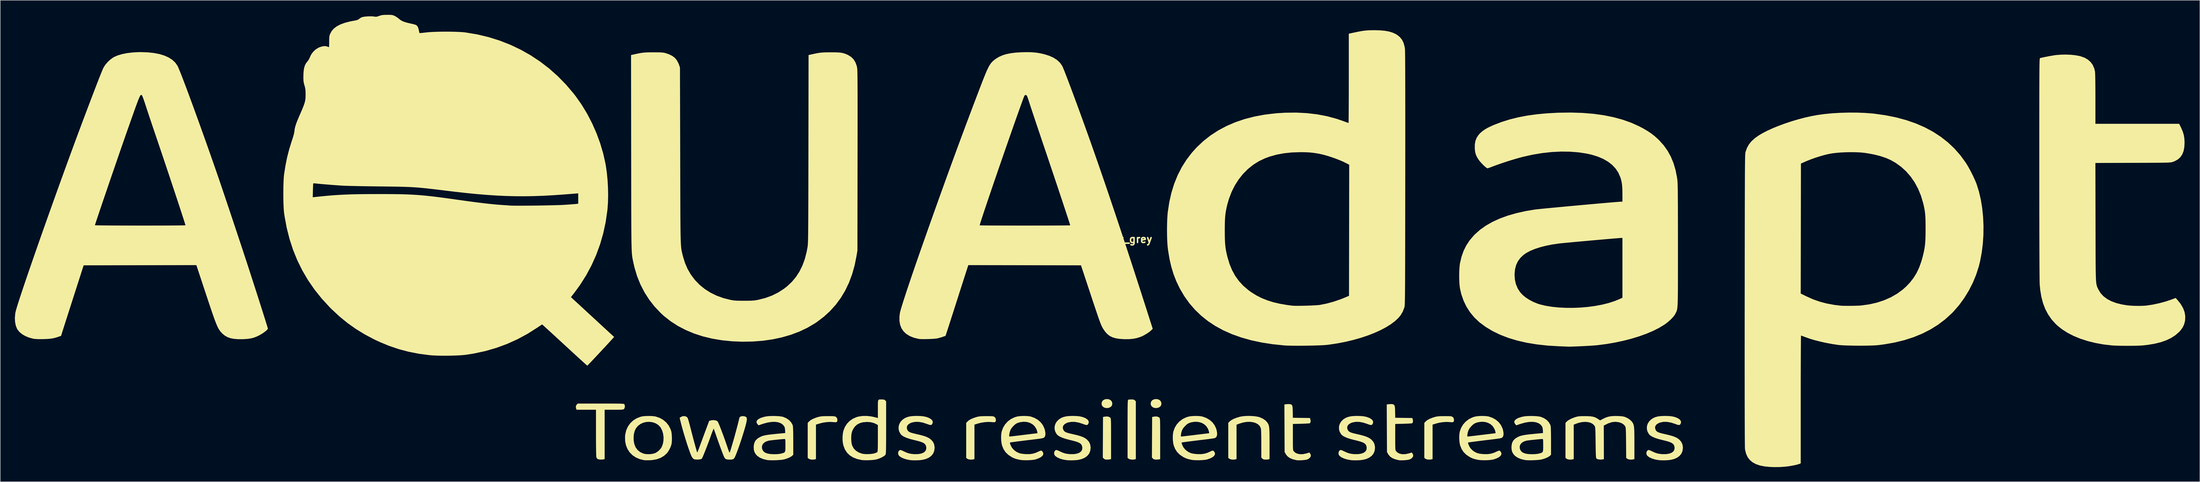
<source format=kicad_pcb>
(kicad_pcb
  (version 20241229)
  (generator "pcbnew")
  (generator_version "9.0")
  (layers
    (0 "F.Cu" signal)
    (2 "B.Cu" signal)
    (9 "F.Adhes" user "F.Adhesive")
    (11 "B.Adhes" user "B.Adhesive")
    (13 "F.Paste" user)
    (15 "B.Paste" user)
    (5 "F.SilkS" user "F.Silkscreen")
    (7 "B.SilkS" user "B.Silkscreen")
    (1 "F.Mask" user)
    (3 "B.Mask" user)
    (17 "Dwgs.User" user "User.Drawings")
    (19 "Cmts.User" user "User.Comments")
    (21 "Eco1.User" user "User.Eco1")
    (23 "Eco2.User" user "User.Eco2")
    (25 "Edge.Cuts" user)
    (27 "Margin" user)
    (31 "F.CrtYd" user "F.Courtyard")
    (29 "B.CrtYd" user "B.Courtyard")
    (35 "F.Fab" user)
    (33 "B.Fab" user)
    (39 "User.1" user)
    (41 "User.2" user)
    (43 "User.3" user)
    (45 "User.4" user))
  (footprint "LogoAquadapt_grey"
    (layer "F.Cu")
    (at 222.587 46.096)
    (property "Reference" "LogoAquadapt_grey" (at 0 0 0) (layer "F.SilkS") (effects (font (size 1.5 1.5) (thickness 0.3))))
    (attr board_only exclude_from_pos_files exclude_from_bom)
    (fp_poly (pts (xy 1.873 32.915) (xy 2.215 33.095) (xy 2.444 33.373) (xy 2.539 33.731) (xy 2.54 33.782) (xy 2.503 34.045) (xy 2.412 34.266) (xy 2.408 34.272) (xy 2.139 34.519) (xy 1.777 34.669) (xy 1.374 34.712) (xy 0.98 34.639) (xy 0.789 34.548) (xy 0.505 34.315) (xy 0.365 34.027) (xy 0.339 33.764) (xy 0.415 33.408) (xy 0.629 33.124) (xy 0.957 32.933) (xy 1.375 32.852) (xy 1.439 32.851)) (stroke (width 0) (type solid)) (fill yes) (layer "F.SilkS"))
    (fp_poly (pts (xy 11.948 32.915) (xy 12.29 33.095) (xy 12.519 33.373) (xy 12.614 33.731) (xy 12.615 33.782) (xy 12.578 34.045) (xy 12.487 34.266) (xy 12.483 34.272) (xy 12.214 34.519) (xy 11.852 34.669) (xy 11.449 34.712) (xy 11.055 34.639) (xy 10.864 34.548) (xy 10.581 34.315) (xy 10.441 34.027) (xy 10.414 33.764) (xy 10.491 33.408) (xy 10.704 33.124) (xy 11.032 32.933) (xy 11.45 32.852) (xy 11.515 32.851)) (stroke (width 0) (type solid)) (fill yes) (layer "F.SilkS"))
    (fp_poly (pts (xy 1.832 36.495) (xy 2.114 36.658) (xy 2.121 36.665) (xy 2.159 36.708) (xy 2.19 36.766) (xy 2.216 36.852) (xy 2.236 36.982) (xy 2.253 37.17) (xy 2.265 37.43) (xy 2.274 37.777) (xy 2.28 38.225) (xy 2.283 38.789) (xy 2.285 39.482) (xy 2.286 40.321) (xy 2.286 41.011) (xy 2.286 45.192) (xy 2.095 45.243) (xy 1.901 45.273) (xy 1.618 45.292) (xy 1.457 45.296) (xy 1.158 45.279) (xy 0.958 45.214) (xy 0.8 45.088) (xy 0.591 44.879) (xy 0.613 40.709) (xy 0.635 36.539) (xy 1.006 36.466) (xy 1.45 36.429)) (stroke (width 0) (type solid)) (fill yes) (layer "F.SilkS"))
    (fp_poly (pts (xy 11.908 36.495) (xy 12.189 36.658) (xy 12.197 36.665) (xy 12.234 36.708) (xy 12.265 36.766) (xy 12.291 36.852) (xy 12.312 36.982) (xy 12.328 37.17) (xy 12.34 37.43) (xy 12.349 37.777) (xy 12.355 38.225) (xy 12.359 38.789) (xy 12.36 39.482) (xy 12.361 40.321) (xy 12.361 41.011) (xy 12.361 45.192) (xy 12.171 45.243) (xy 11.976 45.273) (xy 11.694 45.292) (xy 11.532 45.296) (xy 11.233 45.279) (xy 11.033 45.214) (xy 10.875 45.088) (xy 10.666 44.879) (xy 10.688 40.709) (xy 10.71 36.539) (xy 11.082 36.466) (xy 11.525 36.429)) (stroke (width 0) (type solid)) (fill yes) (layer "F.SilkS"))
    (fp_poly (pts (xy 6.783 32.946) (xy 6.984 32.988) (xy 7.127 33.077) (xy 7.182 33.131) (xy 7.366 33.327) (xy 7.366 39.26) (xy 7.366 45.192) (xy 7.176 45.243) (xy 6.81 45.299) (xy 6.428 45.289) (xy 6.093 45.22) (xy 5.896 45.121) (xy 5.673 44.946) (xy 5.673 38.992) (xy 5.673 37.836) (xy 5.674 36.839) (xy 5.676 35.987) (xy 5.679 35.271) (xy 5.684 34.677) (xy 5.691 34.196) (xy 5.699 33.814) (xy 5.71 33.522) (xy 5.723 33.306) (xy 5.74 33.156) (xy 5.759 33.061) (xy 5.781 33.008) (xy 5.807 32.987) (xy 5.959 32.959) (xy 6.219 32.941) (xy 6.469 32.935)) (stroke (width 0) (type solid)) (fill yes) (layer "F.SilkS"))
    (fp_poly (pts (xy -55.255 36.367) (xy -54.87 36.373) (xy -54.598 36.387) (xy -54.411 36.413) (xy -54.279 36.453) (xy -54.175 36.51) (xy -54.13 36.542) (xy -53.946 36.738) (xy -53.87 37.004) (xy -53.865 37.05) (xy -53.866 37.339) (xy -53.937 37.52) (xy -54.102 37.608) (xy -54.388 37.619) (xy -54.681 37.59) (xy -55.36 37.554) (xy -56.118 37.598) (xy -56.889 37.718) (xy -57.564 37.89) (xy -58.251 38.107) (xy -58.251 41.65) (xy -58.251 45.192) (xy -58.441 45.243) (xy -58.807 45.299) (xy -59.189 45.289) (xy -59.524 45.22) (xy -59.721 45.121) (xy -59.944 44.946) (xy -59.944 41.356) (xy -59.944 37.767) (xy -59.696 37.485) (xy -59.353 37.194) (xy -58.856 36.92) (xy -58.218 36.67) (xy -57.859 36.559) (xy -57.578 36.484) (xy -57.308 36.431) (xy -57.014 36.397) (xy -56.654 36.377) (xy -56.191 36.367) (xy -55.781 36.366)) (stroke (width 0) (type solid)) (fill yes) (layer "F.SilkS"))
    (fp_poly (pts (xy -22.743 36.367) (xy -22.358 36.373) (xy -22.086 36.387) (xy -21.899 36.413) (xy -21.767 36.453) (xy -21.663 36.51) (xy -21.618 36.542) (xy -21.434 36.738) (xy -21.358 37.004) (xy -21.353 37.05) (xy -21.354 37.339) (xy -21.425 37.52) (xy -21.59 37.608) (xy -21.876 37.619) (xy -22.169 37.59) (xy -22.848 37.554) (xy -23.606 37.598) (xy -24.377 37.718) (xy -25.052 37.89) (xy -25.739 38.107) (xy -25.739 41.65) (xy -25.739 45.192) (xy -25.929 45.243) (xy -26.295 45.299) (xy -26.677 45.289) (xy -27.012 45.22) (xy -27.209 45.121) (xy -27.432 44.946) (xy -27.432 41.356) (xy -27.432 37.767) (xy -27.184 37.485) (xy -26.841 37.194) (xy -26.344 36.92) (xy -25.706 36.67) (xy -25.347 36.559) (xy -25.066 36.484) (xy -24.796 36.431) (xy -24.502 36.397) (xy -24.142 36.377) (xy -23.679 36.367) (xy -23.269 36.366)) (stroke (width 0) (type solid)) (fill yes) (layer "F.SilkS"))
    (fp_poly (pts (xy 71.237 36.367) (xy 71.622 36.373) (xy 71.894 36.387) (xy 72.081 36.413) (xy 72.213 36.453) (xy 72.317 36.51) (xy 72.362 36.542) (xy 72.546 36.738) (xy 72.622 37.004) (xy 72.627 37.05) (xy 72.626 37.339) (xy 72.555 37.52) (xy 72.39 37.608) (xy 72.104 37.619) (xy 71.811 37.59) (xy 71.132 37.554) (xy 70.374 37.598) (xy 69.603 37.718) (xy 68.928 37.89) (xy 68.241 38.107) (xy 68.241 41.65) (xy 68.241 45.192) (xy 68.051 45.243) (xy 67.685 45.299) (xy 67.303 45.289) (xy 66.968 45.22) (xy 66.771 45.121) (xy 66.548 44.946) (xy 66.548 41.356) (xy 66.548 37.767) (xy 66.796 37.485) (xy 67.139 37.194) (xy 67.636 36.92) (xy 68.274 36.67) (xy 68.633 36.559) (xy 68.914 36.484) (xy 69.184 36.431) (xy 69.478 36.397) (xy 69.838 36.377) (xy 70.301 36.367) (xy 70.711 36.366)) (stroke (width 0) (type solid)) (fill yes) (layer "F.SilkS"))
    (fp_poly (pts (xy -101.353 33.782) (xy -100.493 33.783) (xy -99.776 33.785) (xy -99.188 33.788) (xy -98.717 33.794) (xy -98.348 33.802) (xy -98.069 33.812) (xy -97.866 33.826) (xy -97.726 33.844) (xy -97.636 33.866) (xy -97.582 33.893) (xy -97.551 33.925) (xy -97.539 33.946) (xy -97.458 34.228) (xy -97.467 34.54) (xy -97.562 34.806) (xy -97.621 34.883) (xy -97.685 34.938) (xy -97.768 34.979) (xy -97.892 35.009) (xy -98.08 35.03) (xy -98.354 35.042) (xy -98.737 35.049) (xy -99.251 35.052) (xy -99.695 35.052) (xy -101.6 35.052) (xy -101.6 40.122) (xy -101.6 45.192) (xy -101.79 45.243) (xy -102.055 45.282) (xy -102.387 45.288) (xy -102.714 45.265) (xy -102.965 45.214) (xy -103.014 45.195) (xy -103.174 45.053) (xy -103.289 44.85) (xy -103.311 44.698) (xy -103.33 44.38) (xy -103.346 43.898) (xy -103.358 43.255) (xy -103.368 42.453) (xy -103.374 41.496) (xy -103.378 40.385) (xy -103.378 39.823) (xy -103.378 35.052) (xy -105.37 35.052) (xy -107.362 35.052) (xy -107.444 34.835) (xy -107.522 34.465) (xy -107.446 34.157) (xy -107.319 33.99) (xy -107.111 33.782) (xy -102.369 33.782)) (stroke (width 0) (type solid)) (fill yes) (layer "F.SilkS"))
    (fp_poly (pts (xy 31.457 36.357) (xy 32.062 36.426) (xy 32.57 36.527) (xy 32.79 36.596) (xy 33.456 36.9) (xy 33.971 37.261) (xy 34.305 37.627) (xy 34.424 37.799) (xy 34.523 37.968) (xy 34.602 38.151) (xy 34.664 38.366) (xy 34.712 38.632) (xy 34.747 38.965) (xy 34.771 39.383) (xy 34.786 39.905) (xy 34.794 40.547) (xy 34.797 41.329) (xy 34.798 42) (xy 34.798 45.192) (xy 34.608 45.243) (xy 34.413 45.273) (xy 34.13 45.292) (xy 33.969 45.296) (xy 33.669 45.279) (xy 33.47 45.214) (xy 33.312 45.089) (xy 33.105 44.881) (xy 33.105 42.03) (xy 33.102 41.13) (xy 33.094 40.391) (xy 33.081 39.802) (xy 33.062 39.355) (xy 33.037 39.04) (xy 33.005 38.848) (xy 33.001 38.832) (xy 32.788 38.401) (xy 32.443 38.052) (xy 31.984 37.788) (xy 31.431 37.615) (xy 30.8 37.534) (xy 30.112 37.551) (xy 29.384 37.67) (xy 28.634 37.894) (xy 28.622 37.898) (xy 28.025 38.12) (xy 28.025 41.656) (xy 28.025 45.192) (xy 27.834 45.243) (xy 27.468 45.299) (xy 27.086 45.289) (xy 26.752 45.22) (xy 26.554 45.121) (xy 26.331 44.946) (xy 26.331 41.344) (xy 26.331 37.741) (xy 26.649 37.427) (xy 26.991 37.167) (xy 27.466 36.916) (xy 28.038 36.691) (xy 28.671 36.507) (xy 28.946 36.446) (xy 29.498 36.366) (xy 30.13 36.325) (xy 30.798 36.323)) (stroke (width 0) (type solid)) (fill yes) (layer "F.SilkS"))
    (fp_poly (pts (xy 38.9 33.89) (xy 39.014 33.905) (xy 39.202 33.959) (xy 39.339 34.04) (xy 39.434 34.176) (xy 39.495 34.39) (xy 39.531 34.709) (xy 39.551 35.157) (xy 39.558 35.479) (xy 39.582 36.703) (xy 41.332 36.726) (xy 43.083 36.749) (xy 43.178 37.035) (xy 43.228 37.328) (xy 43.199 37.603) (xy 43.1 37.797) (xy 43.065 37.826) (xy 42.954 37.847) (xy 42.701 37.869) (xy 42.333 37.891) (xy 41.878 37.912) (xy 41.363 37.928) (xy 41.275 37.931) (xy 39.582 37.973) (xy 39.582 40.655) (xy 39.582 41.401) (xy 39.584 41.996) (xy 39.589 42.46) (xy 39.597 42.811) (xy 39.611 43.069) (xy 39.63 43.253) (xy 39.658 43.381) (xy 39.693 43.472) (xy 39.738 43.546) (xy 39.76 43.576) (xy 40.095 43.888) (xy 40.542 44.094) (xy 41.077 44.19) (xy 41.679 44.171) (xy 42.324 44.035) (xy 42.344 44.029) (xy 42.962 43.841) (xy 43.114 44.028) (xy 43.263 44.321) (xy 43.252 44.617) (xy 43.089 44.896) (xy 42.782 45.143) (xy 42.544 45.263) (xy 42.307 45.327) (xy 41.952 45.381) (xy 41.529 45.421) (xy 41.09 45.443) (xy 40.685 45.445) (xy 40.365 45.423) (xy 40.301 45.413) (xy 39.569 45.23) (xy 38.983 44.986) (xy 38.531 44.673) (xy 38.2 44.284) (xy 38.134 44.175) (xy 37.888 43.73) (xy 37.865 38.847) (xy 37.841 33.964) (xy 38.3 33.907) (xy 38.614 33.884)) (stroke (width 0) (type solid)) (fill yes) (layer "F.SilkS"))
    (fp_poly (pts (xy 59.897 33.89) (xy 60.011 33.905) (xy 60.199 33.959) (xy 60.337 34.04) (xy 60.431 34.176) (xy 60.492 34.39) (xy 60.528 34.709) (xy 60.548 35.157) (xy 60.555 35.479) (xy 60.579 36.703) (xy 62.33 36.726) (xy 64.081 36.749) (xy 64.175 37.035) (xy 64.225 37.328) (xy 64.196 37.603) (xy 64.097 37.797) (xy 64.062 37.826) (xy 63.951 37.847) (xy 63.698 37.869) (xy 63.331 37.891) (xy 62.876 37.912) (xy 62.36 37.928) (xy 62.272 37.931) (xy 60.579 37.973) (xy 60.579 40.655) (xy 60.579 41.401) (xy 60.581 41.996) (xy 60.586 42.46) (xy 60.595 42.811) (xy 60.608 43.069) (xy 60.628 43.253) (xy 60.655 43.381) (xy 60.69 43.472) (xy 60.736 43.546) (xy 60.757 43.576) (xy 61.092 43.888) (xy 61.539 44.094) (xy 62.075 44.19) (xy 62.677 44.171) (xy 63.322 44.035) (xy 63.341 44.029) (xy 63.96 43.841) (xy 64.111 44.028) (xy 64.26 44.321) (xy 64.249 44.617) (xy 64.086 44.896) (xy 63.779 45.143) (xy 63.541 45.263) (xy 63.304 45.327) (xy 62.949 45.381) (xy 62.527 45.421) (xy 62.087 45.443) (xy 61.682 45.445) (xy 61.362 45.423) (xy 61.299 45.413) (xy 60.566 45.23) (xy 59.981 44.986) (xy 59.529 44.673) (xy 59.197 44.284) (xy 59.132 44.175) (xy 58.886 43.73) (xy 58.862 38.847) (xy 58.838 33.964) (xy 59.298 33.907) (xy 59.611 33.884)) (stroke (width 0) (type solid)) (fill yes) (layer "F.SilkS"))
    (fp_poly (pts (xy -91.875 36.351) (xy -91.364 36.404) (xy -91.122 36.449) (xy -90.32 36.72) (xy -89.601 37.125) (xy -88.979 37.65) (xy -88.472 38.28) (xy -88.095 38.999) (xy -87.929 39.501) (xy -87.863 39.871) (xy -87.821 40.351) (xy -87.803 40.884) (xy -87.811 41.411) (xy -87.845 41.875) (xy -87.891 42.162) (xy -88.066 42.697) (xy -88.336 43.258) (xy -88.661 43.77) (xy -88.831 43.982) (xy -89.422 44.526) (xy -90.123 44.944) (xy -90.931 45.234) (xy -91.841 45.394) (xy -92.325 45.425) (xy -92.733 45.432) (xy -93.103 45.432) (xy -93.387 45.424) (xy -93.514 45.413) (xy -94.412 45.197) (xy -95.208 44.852) (xy -95.894 44.387) (xy -96.463 43.812) (xy -96.907 43.138) (xy -97.22 42.375) (xy -97.393 41.534) (xy -97.419 40.624) (xy -97.41 40.531) (xy -95.652 40.531) (xy -95.644 41.381) (xy -95.507 42.131) (xy -95.242 42.776) (xy -94.852 43.312) (xy -94.337 43.735) (xy -93.701 44.043) (xy -93.701 44.043) (xy -93.258 44.145) (xy -92.726 44.185) (xy -92.167 44.164) (xy -91.643 44.085) (xy -91.228 43.954) (xy -90.808 43.707) (xy -90.401 43.366) (xy -90.063 42.982) (xy -89.908 42.737) (xy -89.664 42.103) (xy -89.535 41.402) (xy -89.519 40.671) (xy -89.614 39.95) (xy -89.816 39.279) (xy -90.122 38.695) (xy -90.201 38.586) (xy -90.636 38.149) (xy -91.167 37.828) (xy -91.766 37.622) (xy -92.405 37.534) (xy -93.054 37.564) (xy -93.685 37.714) (xy -94.269 37.985) (xy -94.777 38.378) (xy -94.79 38.391) (xy -95.171 38.858) (xy -95.435 39.392) (xy -95.596 40.023) (xy -95.652 40.531) (xy -97.41 40.531) (xy -97.366 40.083) (xy -97.166 39.247) (xy -96.822 38.488) (xy -96.346 37.82) (xy -95.751 37.258) (xy -95.05 36.815) (xy -94.256 36.505) (xy -94.044 36.449) (xy -93.603 36.378) (xy -93.054 36.338) (xy -92.458 36.329)) (stroke (width 0) (type solid)) (fill yes) (layer "F.SilkS"))
    (fp_poly (pts (xy -36.786 36.345) (xy -36.148 36.413) (xy -35.605 36.534) (xy -35.122 36.713) (xy -34.972 36.786) (xy -34.581 37.04) (xy -34.351 37.322) (xy -34.285 37.627) (xy -34.377 37.934) (xy -34.493 38.1) (xy -34.639 38.182) (xy -34.846 38.181) (xy -35.146 38.098) (xy -35.477 37.972) (xy -36.326 37.692) (xy -37.134 37.547) (xy -37.885 37.54) (xy -38.564 37.67) (xy -38.927 37.813) (xy -39.313 38.068) (xy -39.548 38.377) (xy -39.625 38.726) (xy -39.541 39.101) (xy -39.458 39.26) (xy -39.341 39.422) (xy -39.191 39.556) (xy -38.984 39.672) (xy -38.696 39.782) (xy -38.301 39.895) (xy -37.775 40.022) (xy -37.476 40.089) (xy -36.706 40.271) (xy -36.08 40.448) (xy -35.574 40.629) (xy -35.164 40.825) (xy -34.825 41.044) (xy -34.633 41.202) (xy -34.249 41.64) (xy -34.013 42.137) (xy -33.915 42.718) (xy -33.91 42.884) (xy -33.986 43.507) (xy -34.21 44.053) (xy -34.576 44.516) (xy -35.08 44.892) (xy -35.716 45.175) (xy -36.393 45.344) (xy -36.865 45.404) (xy -37.435 45.439) (xy -38.035 45.448) (xy -38.593 45.429) (xy -38.862 45.405) (xy -39.566 45.284) (xy -40.206 45.095) (xy -40.748 44.851) (xy -41.157 44.563) (xy -41.169 44.552) (xy -41.349 44.286) (xy -41.407 43.976) (xy -41.348 43.673) (xy -41.177 43.428) (xy -41.068 43.352) (xy -40.944 43.323) (xy -40.768 43.359) (xy -40.502 43.47) (xy -40.329 43.555) (xy -39.775 43.813) (xy -39.294 43.989) (xy -38.823 44.099) (xy -38.298 44.16) (xy -38.052 44.175) (xy -37.329 44.168) (xy -36.722 44.073) (xy -36.24 43.895) (xy -35.889 43.638) (xy -35.676 43.308) (xy -35.61 42.909) (xy -35.646 42.626) (xy -35.727 42.368) (xy -35.858 42.152) (xy -36.057 41.966) (xy -36.344 41.801) (xy -36.736 41.646) (xy -37.253 41.49) (xy -37.915 41.324) (xy -38.1 41.28) (xy -38.99 41.049) (xy -39.714 40.805) (xy -40.276 40.548) (xy -40.679 40.275) (xy -40.86 40.086) (xy -41.159 39.569) (xy -41.301 39.026) (xy -41.293 38.479) (xy -41.141 37.952) (xy -40.85 37.465) (xy -40.427 37.041) (xy -39.963 36.745) (xy -39.532 36.561) (xy -39.057 36.434) (xy -38.502 36.358) (xy -37.83 36.325) (xy -37.553 36.323)) (stroke (width 0) (type solid)) (fill yes) (layer "F.SilkS"))
    (fp_poly (pts (xy -4.782 36.345) (xy -4.144 36.413) (xy -3.601 36.534) (xy -3.118 36.713) (xy -2.968 36.786) (xy -2.577 37.04) (xy -2.347 37.322) (xy -2.281 37.627) (xy -2.373 37.934) (xy -2.489 38.1) (xy -2.635 38.182) (xy -2.842 38.181) (xy -3.142 38.098) (xy -3.473 37.972) (xy -4.322 37.692) (xy -5.13 37.547) (xy -5.881 37.54) (xy -6.56 37.67) (xy -6.923 37.813) (xy -7.309 38.068) (xy -7.544 38.377) (xy -7.621 38.726) (xy -7.537 39.101) (xy -7.454 39.26) (xy -7.337 39.422) (xy -7.187 39.556) (xy -6.98 39.672) (xy -6.692 39.782) (xy -6.297 39.895) (xy -5.771 40.022) (xy -5.472 40.089) (xy -4.702 40.271) (xy -4.076 40.448) (xy -3.57 40.629) (xy -3.16 40.825) (xy -2.821 41.044) (xy -2.629 41.202) (xy -2.245 41.64) (xy -2.009 42.137) (xy -1.911 42.718) (xy -1.906 42.884) (xy -1.982 43.507) (xy -2.206 44.053) (xy -2.572 44.516) (xy -3.076 44.892) (xy -3.712 45.175) (xy -4.389 45.344) (xy -4.861 45.404) (xy -5.431 45.439) (xy -6.031 45.448) (xy -6.589 45.429) (xy -6.858 45.405) (xy -7.562 45.284) (xy -8.202 45.095) (xy -8.744 44.851) (xy -9.153 44.563) (xy -9.165 44.552) (xy -9.345 44.286) (xy -9.403 43.976) (xy -9.344 43.673) (xy -9.173 43.428) (xy -9.064 43.352) (xy -8.94 43.323) (xy -8.764 43.359) (xy -8.498 43.47) (xy -8.325 43.555) (xy -7.771 43.813) (xy -7.29 43.989) (xy -6.819 44.099) (xy -6.294 44.16) (xy -6.048 44.175) (xy -5.325 44.168) (xy -4.718 44.073) (xy -4.236 43.895) (xy -3.885 43.638) (xy -3.672 43.308) (xy -3.606 42.909) (xy -3.642 42.626) (xy -3.723 42.368) (xy -3.854 42.152) (xy -4.053 41.966) (xy -4.34 41.801) (xy -4.732 41.646) (xy -5.249 41.49) (xy -5.911 41.324) (xy -6.096 41.28) (xy -6.986 41.049) (xy -7.71 40.805) (xy -8.272 40.548) (xy -8.675 40.275) (xy -8.856 40.086) (xy -9.155 39.569) (xy -9.297 39.026) (xy -9.289 38.479) (xy -9.137 37.952) (xy -8.846 37.465) (xy -8.423 37.041) (xy -7.959 36.745) (xy -7.528 36.561) (xy -7.053 36.434) (xy -6.498 36.358) (xy -5.826 36.325) (xy -5.549 36.323)) (stroke (width 0) (type solid)) (fill yes) (layer "F.SilkS"))
    (fp_poly (pts (xy 53.554 36.345) (xy 54.191 36.413) (xy 54.734 36.534) (xy 55.217 36.713) (xy 55.368 36.786) (xy 55.758 37.04) (xy 55.988 37.322) (xy 56.054 37.627) (xy 55.963 37.934) (xy 55.847 38.1) (xy 55.701 38.182) (xy 55.493 38.181) (xy 55.193 38.098) (xy 54.863 37.972) (xy 54.013 37.692) (xy 53.205 37.547) (xy 52.454 37.54) (xy 51.776 37.67) (xy 51.412 37.813) (xy 51.026 38.068) (xy 50.792 38.377) (xy 50.714 38.726) (xy 50.798 39.101) (xy 50.881 39.26) (xy 50.998 39.422) (xy 51.148 39.556) (xy 51.355 39.672) (xy 51.644 39.782) (xy 52.038 39.895) (xy 52.564 40.022) (xy 52.864 40.089) (xy 53.634 40.271) (xy 54.259 40.448) (xy 54.765 40.629) (xy 55.175 40.825) (xy 55.515 41.044) (xy 55.706 41.202) (xy 56.091 41.64) (xy 56.327 42.137) (xy 56.425 42.718) (xy 56.429 42.884) (xy 56.353 43.507) (xy 56.13 44.053) (xy 55.763 44.516) (xy 55.259 44.892) (xy 54.623 45.175) (xy 53.946 45.344) (xy 53.474 45.404) (xy 52.904 45.439) (xy 52.305 45.448) (xy 51.746 45.429) (xy 51.477 45.405) (xy 50.773 45.284) (xy 50.133 45.095) (xy 49.592 44.851) (xy 49.182 44.563) (xy 49.17 44.552) (xy 48.991 44.286) (xy 48.933 43.976) (xy 48.991 43.673) (xy 49.162 43.428) (xy 49.272 43.352) (xy 49.395 43.323) (xy 49.571 43.359) (xy 49.837 43.47) (xy 50.011 43.555) (xy 50.565 43.813) (xy 51.046 43.989) (xy 51.517 44.099) (xy 52.041 44.16) (xy 52.288 44.175) (xy 53.011 44.168) (xy 53.617 44.073) (xy 54.099 43.895) (xy 54.451 43.638) (xy 54.663 43.308) (xy 54.73 42.909) (xy 54.694 42.626) (xy 54.612 42.368) (xy 54.481 42.152) (xy 54.282 41.966) (xy 53.996 41.801) (xy 53.604 41.646) (xy 53.086 41.49) (xy 52.425 41.324) (xy 52.239 41.28) (xy 51.35 41.049) (xy 50.625 40.805) (xy 50.063 40.548) (xy 49.66 40.275) (xy 49.479 40.086) (xy 49.18 39.569) (xy 49.038 39.026) (xy 49.046 38.479) (xy 49.198 37.952) (xy 49.489 37.465) (xy 49.913 37.041) (xy 50.376 36.745) (xy 50.807 36.561) (xy 51.282 36.434) (xy 51.838 36.358) (xy 52.51 36.325) (xy 52.786 36.323)) (stroke (width 0) (type solid)) (fill yes) (layer "F.SilkS"))
    (fp_poly (pts (xy 116.715 36.345) (xy 117.353 36.413) (xy 117.896 36.534) (xy 118.378 36.713) (xy 118.529 36.786) (xy 118.92 37.04) (xy 119.149 37.322) (xy 119.216 37.627) (xy 119.124 37.934) (xy 119.008 38.1) (xy 118.862 38.182) (xy 118.655 38.181) (xy 118.354 38.098) (xy 118.024 37.972) (xy 117.175 37.692) (xy 116.367 37.547) (xy 115.616 37.54) (xy 114.937 37.67) (xy 114.574 37.813) (xy 114.188 38.068) (xy 113.953 38.377) (xy 113.875 38.726) (xy 113.96 39.101) (xy 114.043 39.26) (xy 114.16 39.422) (xy 114.309 39.556) (xy 114.516 39.672) (xy 114.805 39.782) (xy 115.2 39.895) (xy 115.725 40.022) (xy 116.025 40.089) (xy 116.795 40.271) (xy 117.421 40.448) (xy 117.926 40.629) (xy 118.337 40.825) (xy 118.676 41.044) (xy 118.867 41.202) (xy 119.252 41.64) (xy 119.488 42.137) (xy 119.586 42.718) (xy 119.59 42.884) (xy 119.515 43.507) (xy 119.291 44.053) (xy 118.925 44.516) (xy 118.421 44.892) (xy 117.784 45.175) (xy 117.107 45.344) (xy 116.635 45.404) (xy 116.065 45.439) (xy 115.466 45.448) (xy 114.907 45.429) (xy 114.639 45.405) (xy 113.934 45.284) (xy 113.295 45.095) (xy 112.753 44.851) (xy 112.343 44.563) (xy 112.332 44.552) (xy 112.152 44.286) (xy 112.094 43.976) (xy 112.153 43.673) (xy 112.323 43.428) (xy 112.433 43.352) (xy 112.556 43.323) (xy 112.733 43.359) (xy 112.999 43.47) (xy 113.172 43.555) (xy 113.726 43.813) (xy 114.207 43.989) (xy 114.678 44.099) (xy 115.202 44.16) (xy 115.449 44.175) (xy 116.172 44.168) (xy 116.778 44.073) (xy 117.261 43.895) (xy 117.612 43.638) (xy 117.824 43.308) (xy 117.891 42.909) (xy 117.855 42.626) (xy 117.773 42.368) (xy 117.642 42.152) (xy 117.443 41.966) (xy 117.157 41.801) (xy 116.765 41.646) (xy 116.248 41.49) (xy 115.586 41.324) (xy 115.401 41.28) (xy 114.511 41.049) (xy 113.787 40.805) (xy 113.225 40.548) (xy 112.822 40.275) (xy 112.64 40.086) (xy 112.342 39.569) (xy 112.199 39.026) (xy 112.207 38.479) (xy 112.36 37.952) (xy 112.651 37.465) (xy 113.074 37.041) (xy 113.538 36.745) (xy 113.969 36.561) (xy 114.444 36.434) (xy 114.999 36.358) (xy 115.671 36.325) (xy 115.948 36.323)) (stroke (width 0) (type solid)) (fill yes) (layer "F.SilkS"))
    (fp_poly (pts (xy -44.754 32.935) (xy -44.44 32.946) (xy -44.239 32.988) (xy -44.097 33.077) (xy -44.041 33.131) (xy -43.857 33.327) (xy -43.857 38.681) (xy -43.858 39.787) (xy -43.859 40.735) (xy -43.862 41.539) (xy -43.867 42.211) (xy -43.873 42.763) (xy -43.882 43.207) (xy -43.893 43.555) (xy -43.907 43.821) (xy -43.924 44.016) (xy -43.944 44.153) (xy -43.968 44.243) (xy -43.984 44.28) (xy -44.144 44.46) (xy -44.432 44.662) (xy -44.812 44.869) (xy -45.249 45.061) (xy -45.707 45.219) (xy -45.847 45.259) (xy -46.212 45.328) (xy -46.695 45.381) (xy -47.245 45.416) (xy -47.81 45.431) (xy -48.339 45.424) (xy -48.782 45.394) (xy -48.895 45.379) (xy -49.832 45.169) (xy -50.642 44.848) (xy -51.325 44.415) (xy -51.88 43.872) (xy -52.307 43.218) (xy -52.606 42.453) (xy -52.72 41.96) (xy -52.793 41.3) (xy -52.794 41.077) (xy -51.017 41.077) (xy -50.981 41.637) (xy -50.902 42.132) (xy -50.813 42.433) (xy -50.503 43.002) (xy -50.061 43.466) (xy -49.487 43.826) (xy -48.831 44.07) (xy -48.443 44.139) (xy -47.951 44.17) (xy -47.413 44.165) (xy -46.886 44.126) (xy -46.428 44.055) (xy -46.186 43.989) (xy -45.924 43.888) (xy -45.722 43.794) (xy -45.657 43.753) (xy -45.626 43.687) (xy -45.601 43.535) (xy -45.582 43.283) (xy -45.567 42.918) (xy -45.558 42.426) (xy -45.553 41.793) (xy -45.551 41.005) (xy -45.551 40.936) (xy -45.551 38.204) (xy -45.741 38.08) (xy -46.349 37.784) (xy -47.067 37.609) (xy -47.752 37.559) (xy -48.554 37.614) (xy -49.242 37.793) (xy -49.82 38.098) (xy -50.292 38.533) (xy -50.662 39.1) (xy -50.86 39.569) (xy -50.957 39.987) (xy -51.01 40.508) (xy -51.017 41.077) (xy -52.794 41.077) (xy -52.795 40.582) (xy -52.727 39.884) (xy -52.631 39.412) (xy -52.342 38.638) (xy -51.915 37.955) (xy -51.364 37.374) (xy -50.7 36.909) (xy -49.938 36.57) (xy -49.526 36.453) (xy -48.7 36.33) (xy -47.797 36.324) (xy -46.856 36.431) (xy -45.92 36.648) (xy -45.741 36.704) (xy -45.551 36.765) (xy -45.551 34.902) (xy -45.552 34.274) (xy -45.549 33.796) (xy -45.535 33.447) (xy -45.501 33.207) (xy -45.44 33.056) (xy -45.342 32.973) (xy -45.2 32.939) (xy -45.005 32.933)) (stroke (width 0) (type solid)) (fill yes) (layer "F.SilkS"))
    (fp_poly (pts (xy 106.198 36.341) (xy 106.718 36.365) (xy 107.11 36.4) (xy 107.417 36.451) (xy 107.682 36.525) (xy 107.805 36.57) (xy 108.339 36.831) (xy 108.805 37.162) (xy 109.157 37.529) (xy 109.199 37.588) (xy 109.306 37.756) (xy 109.395 37.925) (xy 109.466 38.11) (xy 109.523 38.331) (xy 109.566 38.605) (xy 109.597 38.949) (xy 109.619 39.381) (xy 109.633 39.919) (xy 109.64 40.579) (xy 109.643 41.381) (xy 109.643 41.958) (xy 109.643 45.192) (xy 109.453 45.243) (xy 109.092 45.298) (xy 108.713 45.29) (xy 108.38 45.223) (xy 108.177 45.124) (xy 107.958 44.952) (xy 107.933 41.843) (xy 107.925 41.024) (xy 107.918 40.357) (xy 107.908 39.825) (xy 107.896 39.41) (xy 107.881 39.094) (xy 107.862 38.861) (xy 107.837 38.693) (xy 107.806 38.573) (xy 107.769 38.482) (xy 107.76 38.464) (xy 107.462 38.094) (xy 107.021 37.809) (xy 106.469 37.619) (xy 105.757 37.527) (xy 105.033 37.6) (xy 104.295 37.841) (xy 103.989 37.986) (xy 103.361 38.312) (xy 103.372 41.758) (xy 103.383 45.203) (xy 103.079 45.26) (xy 102.734 45.291) (xy 102.379 45.269) (xy 102.071 45.201) (xy 101.871 45.096) (xy 101.866 45.092) (xy 101.83 45.039) (xy 101.799 44.952) (xy 101.774 44.812) (xy 101.754 44.605) (xy 101.737 44.313) (xy 101.723 43.92) (xy 101.71 43.411) (xy 101.699 42.767) (xy 101.687 41.974) (xy 101.685 41.801) (xy 101.673 40.988) (xy 101.663 40.326) (xy 101.653 39.798) (xy 101.641 39.386) (xy 101.626 39.073) (xy 101.607 38.842) (xy 101.583 38.673) (xy 101.553 38.551) (xy 101.516 38.456) (xy 101.469 38.372) (xy 101.447 38.337) (xy 101.142 38) (xy 100.714 37.753) (xy 100.189 37.6) (xy 99.588 37.542) (xy 98.936 37.583) (xy 98.255 37.726) (xy 97.732 37.904) (xy 97.197 38.118) (xy 97.197 41.655) (xy 97.197 45.192) (xy 97.007 45.243) (xy 96.641 45.299) (xy 96.259 45.289) (xy 95.924 45.22) (xy 95.727 45.121) (xy 95.504 44.946) (xy 95.504 41.36) (xy 95.504 37.774) (xy 95.711 37.528) (xy 95.98 37.29) (xy 96.38 37.043) (xy 96.877 36.805) (xy 97.434 36.595) (xy 97.536 36.563) (xy 97.81 36.484) (xy 98.069 36.428) (xy 98.351 36.393) (xy 98.699 36.373) (xy 99.151 36.365) (xy 99.483 36.364) (xy 100.155 36.374) (xy 100.692 36.41) (xy 101.13 36.478) (xy 101.502 36.586) (xy 101.842 36.742) (xy 102.18 36.948) (xy 102.608 37.236) (xy 103.226 36.909) (xy 103.765 36.656) (xy 104.3 36.482) (xy 104.874 36.377) (xy 105.529 36.335)) (stroke (width 0) (type solid)) (fill yes) (layer "F.SilkS"))
    (fp_poly (pts (xy -66.435 36.344) (xy -65.871 36.378) (xy -65.384 36.433) (xy -65.015 36.509) (xy -64.982 36.519) (xy -64.332 36.796) (xy -63.784 37.169) (xy -63.354 37.621) (xy -63.064 38.133) (xy -62.995 38.339) (xy -62.972 38.508) (xy -62.951 38.829) (xy -62.934 39.283) (xy -62.921 39.852) (xy -62.912 40.518) (xy -62.908 41.263) (xy -62.908 41.469) (xy -62.907 44.288) (xy -63.12 44.501) (xy -63.406 44.714) (xy -63.827 44.927) (xy -64.349 45.125) (xy -64.77 45.25) (xy -65.108 45.314) (xy -65.571 45.366) (xy -66.112 45.405) (xy -66.688 45.43) (xy -67.254 45.437) (xy -67.764 45.427) (xy -68.173 45.397) (xy -68.305 45.377) (xy -69.09 45.182) (xy -69.752 44.902) (xy -70.28 44.542) (xy -70.613 44.181) (xy -70.855 43.764) (xy -70.989 43.309) (xy -71.025 42.77) (xy -71.016 42.539) (xy -69.329 42.539) (xy -69.323 42.962) (xy -69.205 43.317) (xy -68.983 43.638) (xy -68.652 43.881) (xy -68.199 44.051) (xy -67.613 44.152) (xy -66.88 44.19) (xy -66.857 44.19) (xy -66.247 44.174) (xy -65.721 44.122) (xy -65.417 44.063) (xy -65.092 43.978) (xy -64.856 43.899) (xy -64.695 43.799) (xy -64.595 43.649) (xy -64.541 43.425) (xy -64.52 43.097) (xy -64.516 42.64) (xy -64.516 42.374) (xy -64.518 41.875) (xy -64.524 41.52) (xy -64.538 41.286) (xy -64.562 41.149) (xy -64.6 41.083) (xy -64.654 41.064) (xy -64.664 41.064) (xy -64.868 41.073) (xy -65.201 41.1) (xy -65.627 41.138) (xy -66.105 41.186) (xy -66.6 41.237) (xy -67.071 41.29) (xy -67.482 41.339) (xy -67.794 41.38) (xy -67.945 41.405) (xy -68.482 41.574) (xy -68.898 41.83) (xy -69.183 42.157) (xy -69.329 42.539) (xy -71.016 42.539) (xy -71.015 42.525) (xy -70.919 41.938) (xy -70.705 41.461) (xy -70.358 41.07) (xy -70.016 40.828) (xy -69.767 40.684) (xy -69.525 40.563) (xy -69.272 40.461) (xy -68.986 40.373) (xy -68.649 40.295) (xy -68.24 40.224) (xy -67.739 40.155) (xy -67.127 40.085) (xy -66.383 40.009) (xy -65.617 39.936) (xy -64.558 39.836) (xy -64.579 39.304) (xy -64.609 38.98) (xy -64.666 38.691) (xy -64.719 38.542) (xy -65.026 38.132) (xy -65.455 37.827) (xy -65.997 37.628) (xy -66.639 37.537) (xy -67.371 37.554) (xy -68.181 37.681) (xy -69.059 37.92) (xy -69.199 37.967) (xy -70.03 38.25) (xy -70.236 38.028) (xy -70.421 37.741) (xy -70.442 37.462) (xy -70.306 37.198) (xy -70.018 36.953) (xy -69.585 36.733) (xy -69.012 36.545) (xy -68.579 36.444) (xy -68.147 36.382) (xy -67.616 36.345) (xy -67.031 36.333)) (stroke (width 0) (type solid)) (fill yes) (layer "F.SilkS"))
    (fp_poly (pts (xy 89.013 36.344) (xy 89.577 36.378) (xy 90.064 36.433) (xy 90.433 36.509) (xy 90.466 36.519) (xy 91.116 36.796) (xy 91.664 37.169) (xy 92.094 37.621) (xy 92.384 38.133) (xy 92.453 38.339) (xy 92.476 38.508) (xy 92.497 38.829) (xy 92.514 39.283) (xy 92.527 39.852) (xy 92.536 40.518) (xy 92.54 41.263) (xy 92.54 41.469) (xy 92.541 44.288) (xy 92.328 44.501) (xy 92.042 44.714) (xy 91.621 44.927) (xy 91.099 45.125) (xy 90.678 45.25) (xy 90.34 45.314) (xy 89.877 45.366) (xy 89.336 45.405) (xy 88.76 45.43) (xy 88.194 45.437) (xy 87.684 45.427) (xy 87.275 45.397) (xy 87.143 45.377) (xy 86.358 45.182) (xy 85.696 44.902) (xy 85.168 44.542) (xy 84.835 44.181) (xy 84.593 43.764) (xy 84.459 43.309) (xy 84.423 42.77) (xy 84.432 42.539) (xy 86.119 42.539) (xy 86.125 42.962) (xy 86.243 43.317) (xy 86.465 43.638) (xy 86.796 43.881) (xy 87.249 44.051) (xy 87.835 44.152) (xy 88.568 44.19) (xy 88.591 44.19) (xy 89.201 44.174) (xy 89.727 44.122) (xy 90.031 44.063) (xy 90.356 43.978) (xy 90.592 43.899) (xy 90.753 43.799) (xy 90.853 43.649) (xy 90.907 43.425) (xy 90.928 43.097) (xy 90.932 42.64) (xy 90.932 42.374) (xy 90.93 41.875) (xy 90.924 41.52) (xy 90.91 41.286) (xy 90.886 41.149) (xy 90.848 41.083) (xy 90.794 41.064) (xy 90.784 41.064) (xy 90.58 41.073) (xy 90.247 41.1) (xy 89.821 41.138) (xy 89.343 41.186) (xy 88.848 41.237) (xy 88.377 41.29) (xy 87.966 41.339) (xy 87.654 41.38) (xy 87.503 41.405) (xy 86.966 41.574) (xy 86.55 41.83) (xy 86.265 42.157) (xy 86.119 42.539) (xy 84.432 42.539) (xy 84.433 42.525) (xy 84.529 41.938) (xy 84.743 41.461) (xy 85.09 41.07) (xy 85.432 40.828) (xy 85.681 40.684) (xy 85.923 40.563) (xy 86.176 40.461) (xy 86.462 40.373) (xy 86.799 40.295) (xy 87.208 40.224) (xy 87.709 40.155) (xy 88.321 40.085) (xy 89.065 40.009) (xy 89.831 39.936) (xy 90.89 39.836) (xy 90.869 39.304) (xy 90.839 38.98) (xy 90.782 38.691) (xy 90.729 38.542) (xy 90.422 38.132) (xy 89.993 37.827) (xy 89.451 37.628) (xy 88.809 37.537) (xy 88.077 37.554) (xy 87.267 37.681) (xy 86.389 37.92) (xy 86.249 37.967) (xy 85.418 38.25) (xy 85.212 38.028) (xy 85.027 37.741) (xy 85.006 37.462) (xy 85.142 37.198) (xy 85.43 36.953) (xy 85.863 36.733) (xy 86.436 36.545) (xy 86.869 36.444) (xy 87.301 36.382) (xy 87.832 36.345) (xy 88.417 36.333)) (stroke (width 0) (type solid)) (fill yes) (layer "F.SilkS"))
    (fp_poly (pts (xy -14.887 36.35) (xy -14.407 36.405) (xy -14.199 36.448) (xy -13.412 36.729) (xy -12.723 37.13) (xy -12.145 37.638) (xy -11.691 38.241) (xy -11.376 38.926) (xy -11.307 39.155) (xy -11.192 39.746) (xy -11.184 40.213) (xy -11.284 40.554) (xy -11.378 40.681) (xy -11.433 40.737) (xy -11.486 40.784) (xy -11.552 40.825) (xy -11.647 40.863) (xy -11.785 40.899) (xy -11.984 40.938) (xy -12.258 40.982) (xy -12.622 41.033) (xy -13.093 41.094) (xy -13.686 41.168) (xy -14.416 41.257) (xy -15.276 41.362) (xy -15.985 41.449) (xy -16.639 41.531) (xy -17.221 41.606) (xy -17.71 41.672) (xy -18.09 41.724) (xy -18.34 41.762) (xy -18.443 41.783) (xy -18.444 41.784) (xy -18.455 41.9) (xy -18.396 42.119) (xy -18.284 42.396) (xy -18.137 42.686) (xy -18.012 42.891) (xy -17.628 43.327) (xy -17.129 43.697) (xy -16.567 43.964) (xy -16.481 43.992) (xy -16.204 44.056) (xy -15.82 44.113) (xy -15.39 44.157) (xy -15.155 44.172) (xy -14.426 44.171) (xy -13.789 44.087) (xy -13.183 43.907) (xy -12.672 43.681) (xy -12.349 43.528) (xy -12.134 43.456) (xy -11.986 43.465) (xy -11.864 43.552) (xy -11.775 43.657) (xy -11.622 43.957) (xy -11.633 44.252) (xy -11.802 44.535) (xy -12.123 44.801) (xy -12.59 45.042) (xy -13.198 45.254) (xy -13.25 45.269) (xy -13.616 45.34) (xy -14.1 45.391) (xy -14.653 45.422) (xy -15.225 45.43) (xy -15.766 45.414) (xy -16.226 45.374) (xy -16.395 45.347) (xy -16.926 45.234) (xy -17.348 45.116) (xy -17.718 44.97) (xy -18.096 44.779) (xy -18.117 44.768) (xy -18.812 44.306) (xy -19.364 43.764) (xy -19.784 43.126) (xy -20.083 42.386) (xy -20.193 41.882) (xy -20.258 41.282) (xy -20.275 40.648) (xy -20.262 40.4) (xy -18.619 40.4) (xy -18.599 40.521) (xy -18.526 40.555) (xy -18.516 40.555) (xy -18.402 40.545) (xy -18.141 40.517) (xy -17.754 40.472) (xy -17.262 40.414) (xy -16.686 40.345) (xy -16.046 40.267) (xy -15.631 40.217) (xy -14.968 40.135) (xy -14.359 40.061) (xy -13.826 39.996) (xy -13.387 39.943) (xy -13.063 39.904) (xy -12.875 39.882) (xy -12.835 39.878) (xy -12.811 39.807) (xy -12.839 39.623) (xy -12.908 39.37) (xy -13.007 39.093) (xy -13.07 38.947) (xy -13.395 38.435) (xy -13.837 38.029) (xy -14.375 37.736) (xy -14.987 37.563) (xy -15.653 37.517) (xy -16.351 37.607) (xy -16.644 37.685) (xy -16.967 37.799) (xy -17.223 37.935) (xy -17.474 38.13) (xy -17.74 38.384) (xy -18.102 38.793) (xy -18.348 39.204) (xy -18.508 39.674) (xy -18.595 40.153) (xy -18.619 40.4) (xy -20.262 40.4) (xy -20.243 40.047) (xy -20.16 39.541) (xy -20.159 39.539) (xy -19.88 38.763) (xy -19.461 38.065) (xy -18.918 37.462) (xy -18.268 36.972) (xy -17.529 36.61) (xy -17.01 36.452) (xy -16.564 36.379) (xy -16.023 36.337) (xy -15.445 36.327)) (stroke (width 0) (type solid)) (fill yes) (layer "F.SilkS"))
    (fp_poly (pts (xy 20.334 36.35) (xy 20.814 36.405) (xy 21.022 36.448) (xy 21.809 36.729) (xy 22.498 37.13) (xy 23.077 37.638) (xy 23.53 38.241) (xy 23.846 38.926) (xy 23.914 39.155) (xy 24.03 39.746) (xy 24.037 40.213) (xy 23.937 40.554) (xy 23.843 40.681) (xy 23.788 40.737) (xy 23.735 40.784) (xy 23.669 40.825) (xy 23.575 40.863) (xy 23.436 40.899) (xy 23.237 40.938) (xy 22.964 40.982) (xy 22.599 41.033) (xy 22.128 41.094) (xy 21.535 41.168) (xy 20.805 41.257) (xy 19.945 41.362) (xy 19.237 41.449) (xy 18.582 41.531) (xy 18.001 41.606) (xy 17.511 41.672) (xy 17.131 41.724) (xy 16.881 41.762) (xy 16.779 41.783) (xy 16.778 41.784) (xy 16.767 41.9) (xy 16.825 42.119) (xy 16.937 42.396) (xy 17.084 42.686) (xy 17.209 42.891) (xy 17.594 43.327) (xy 18.093 43.697) (xy 18.654 43.964) (xy 18.74 43.992) (xy 19.017 44.056) (xy 19.402 44.113) (xy 19.831 44.157) (xy 20.066 44.172) (xy 20.796 44.171) (xy 21.433 44.087) (xy 22.039 43.907) (xy 22.55 43.681) (xy 22.872 43.528) (xy 23.087 43.456) (xy 23.236 43.465) (xy 23.357 43.552) (xy 23.447 43.657) (xy 23.599 43.957) (xy 23.588 44.252) (xy 23.419 44.535) (xy 23.098 44.801) (xy 22.631 45.042) (xy 22.024 45.254) (xy 21.971 45.269) (xy 21.605 45.34) (xy 21.121 45.391) (xy 20.569 45.422) (xy 19.997 45.43) (xy 19.456 45.414) (xy 18.995 45.374) (xy 18.826 45.347) (xy 18.295 45.234) (xy 17.874 45.116) (xy 17.504 44.97) (xy 17.125 44.779) (xy 17.104 44.768) (xy 16.409 44.306) (xy 15.857 43.764) (xy 15.437 43.126) (xy 15.139 42.386) (xy 15.028 41.882) (xy 14.964 41.282) (xy 14.947 40.648) (xy 14.96 40.4) (xy 16.602 40.4) (xy 16.623 40.521) (xy 16.695 40.555) (xy 16.705 40.555) (xy 16.819 40.545) (xy 17.08 40.517) (xy 17.467 40.472) (xy 17.959 40.414) (xy 18.536 40.345) (xy 19.176 40.267) (xy 19.59 40.217) (xy 20.253 40.135) (xy 20.862 40.061) (xy 21.396 39.996) (xy 21.834 39.943) (xy 22.158 39.904) (xy 22.346 39.882) (xy 22.387 39.878) (xy 22.411 39.807) (xy 22.383 39.623) (xy 22.313 39.37) (xy 22.214 39.093) (xy 22.151 38.947) (xy 21.826 38.435) (xy 21.385 38.029) (xy 20.847 37.736) (xy 20.234 37.563) (xy 19.568 37.517) (xy 18.87 37.607) (xy 18.577 37.685) (xy 18.255 37.799) (xy 17.998 37.935) (xy 17.747 38.13) (xy 17.481 38.384) (xy 17.12 38.793) (xy 16.873 39.204) (xy 16.713 39.674) (xy 16.626 40.153) (xy 16.602 40.4) (xy 14.96 40.4) (xy 14.979 40.047) (xy 15.062 39.541) (xy 15.062 39.539) (xy 15.341 38.763) (xy 15.761 38.065) (xy 16.304 37.462) (xy 16.953 36.972) (xy 17.692 36.61) (xy 18.211 36.452) (xy 18.658 36.379) (xy 19.199 36.337) (xy 19.777 36.327)) (stroke (width 0) (type solid)) (fill yes) (layer "F.SilkS"))
    (fp_poly (pts (xy 79.093 36.35) (xy 79.573 36.405) (xy 79.781 36.448) (xy 80.568 36.729) (xy 81.257 37.13) (xy 81.835 37.638) (xy 82.289 38.241) (xy 82.604 38.926) (xy 82.673 39.155) (xy 82.788 39.746) (xy 82.796 40.213) (xy 82.696 40.554) (xy 82.602 40.681) (xy 82.547 40.737) (xy 82.494 40.784) (xy 82.428 40.825) (xy 82.333 40.863) (xy 82.195 40.899) (xy 81.996 40.938) (xy 81.722 40.982) (xy 81.358 41.033) (xy 80.887 41.094) (xy 80.294 41.168) (xy 79.564 41.257) (xy 78.704 41.362) (xy 77.995 41.449) (xy 77.341 41.531) (xy 76.759 41.606) (xy 76.27 41.672) (xy 75.89 41.724) (xy 75.64 41.762) (xy 75.537 41.783) (xy 75.536 41.784) (xy 75.525 41.9) (xy 75.584 42.119) (xy 75.696 42.396) (xy 75.843 42.686) (xy 75.968 42.891) (xy 76.352 43.327) (xy 76.851 43.697) (xy 77.413 43.964) (xy 77.499 43.992) (xy 77.776 44.056) (xy 78.16 44.113) (xy 78.59 44.157) (xy 78.825 44.172) (xy 79.554 44.171) (xy 80.191 44.087) (xy 80.797 43.907) (xy 81.308 43.681) (xy 81.631 43.528) (xy 81.846 43.456) (xy 81.994 43.465) (xy 82.116 43.552) (xy 82.205 43.657) (xy 82.358 43.957) (xy 82.347 44.252) (xy 82.178 44.535) (xy 81.857 44.801) (xy 81.39 45.042) (xy 80.782 45.254) (xy 80.73 45.269) (xy 80.364 45.34) (xy 79.88 45.391) (xy 79.327 45.422) (xy 78.755 45.43) (xy 78.214 45.414) (xy 77.754 45.374) (xy 77.585 45.347) (xy 77.054 45.234) (xy 76.632 45.116) (xy 76.262 44.97) (xy 75.884 44.779) (xy 75.863 44.768) (xy 75.168 44.306) (xy 74.616 43.764) (xy 74.196 43.126) (xy 73.897 42.386) (xy 73.787 41.882) (xy 73.722 41.282) (xy 73.705 40.648) (xy 73.718 40.4) (xy 75.361 40.4) (xy 75.381 40.521) (xy 75.454 40.555) (xy 75.464 40.555) (xy 75.578 40.545) (xy 75.839 40.517) (xy 76.226 40.472) (xy 76.718 40.414) (xy 77.294 40.345) (xy 77.934 40.267) (xy 78.349 40.217) (xy 79.012 40.135) (xy 79.621 40.061) (xy 80.154 39.996) (xy 80.593 39.943) (xy 80.917 39.904) (xy 81.105 39.882) (xy 81.145 39.878) (xy 81.169 39.807) (xy 81.141 39.623) (xy 81.072 39.37) (xy 80.973 39.093) (xy 80.91 38.947) (xy 80.585 38.435) (xy 80.143 38.029) (xy 79.605 37.736) (xy 78.993 37.563) (xy 78.327 37.517) (xy 77.629 37.607) (xy 77.336 37.685) (xy 77.013 37.799) (xy 76.757 37.935) (xy 76.506 38.13) (xy 76.24 38.384) (xy 75.878 38.793) (xy 75.632 39.204) (xy 75.472 39.674) (xy 75.385 40.153) (xy 75.361 40.4) (xy 73.718 40.4) (xy 73.737 40.047) (xy 73.82 39.541) (xy 73.821 39.539) (xy 74.1 38.763) (xy 74.519 38.065) (xy 75.062 37.462) (xy 75.712 36.972) (xy 76.451 36.61) (xy 76.97 36.452) (xy 77.416 36.379) (xy 77.957 36.337) (xy 78.535 36.327)) (stroke (width 0) (type solid)) (fill yes) (layer "F.SilkS"))
    (fp_poly (pts (xy -84.988 36.411) (xy -84.706 36.571) (xy -84.553 36.772) (xy -84.498 36.928) (xy -84.409 37.222) (xy -84.294 37.628) (xy -84.16 38.121) (xy -84.015 38.674) (xy -83.906 39.102) (xy -83.732 39.782) (xy -83.553 40.47) (xy -83.375 41.145) (xy -83.203 41.787) (xy -83.042 42.375) (xy -82.898 42.891) (xy -82.777 43.313) (xy -82.683 43.621) (xy -82.624 43.796) (xy -82.608 43.828) (xy -82.566 43.768) (xy -82.482 43.58) (xy -82.367 43.293) (xy -82.255 42.993) (xy -82.141 42.684) (xy -81.98 42.245) (xy -81.782 41.709) (xy -81.558 41.103) (xy -81.318 40.458) (xy -81.076 39.805) (xy -81.048 39.73) (xy -80.157 37.339) (xy -79.808 37.244) (xy -79.414 37.186) (xy -79.015 37.205) (xy -78.667 37.296) (xy -78.434 37.442) (xy -78.355 37.572) (xy -78.23 37.843) (xy -78.065 38.233) (xy -77.868 38.723) (xy -77.647 39.292) (xy -77.41 39.921) (xy -77.164 40.588) (xy -76.918 41.274) (xy -76.678 41.959) (xy -76.452 42.622) (xy -76.422 42.714) (xy -76.259 43.196) (xy -76.137 43.532) (xy -76.048 43.737) (xy -75.984 43.829) (xy -75.937 43.822) (xy -75.912 43.77) (xy -75.765 43.324) (xy -75.586 42.744) (xy -75.383 42.058) (xy -75.165 41.296) (xy -74.938 40.489) (xy -74.713 39.665) (xy -74.496 38.854) (xy -74.296 38.087) (xy -74.122 37.392) (xy -73.98 36.799) (xy -73.954 36.685) (xy -73.838 36.519) (xy -73.602 36.408) (xy -73.292 36.362) (xy -72.954 36.393) (xy -72.894 36.408) (xy -72.648 36.499) (xy -72.497 36.635) (xy -72.429 36.843) (xy -72.438 37.152) (xy -72.512 37.592) (xy -72.512 37.594) (xy -72.614 38.033) (xy -72.763 38.591) (xy -72.952 39.242) (xy -73.17 39.959) (xy -73.409 40.716) (xy -73.661 41.486) (xy -73.917 42.243) (xy -74.167 42.959) (xy -74.404 43.608) (xy -74.618 44.164) (xy -74.8 44.6) (xy -74.893 44.799) (xy -75.026 45.027) (xy -75.171 45.173) (xy -75.371 45.254) (xy -75.666 45.289) (xy -76.006 45.296) (xy -76.422 45.276) (xy -76.712 45.201) (xy -76.917 45.048) (xy -77.076 44.795) (xy -77.131 44.672) (xy -77.319 44.211) (xy -77.548 43.616) (xy -77.81 42.918) (xy -78.092 42.145) (xy -78.385 41.326) (xy -78.625 40.64) (xy -78.795 40.149) (xy -78.949 39.707) (xy -79.076 39.343) (xy -79.168 39.082) (xy -79.214 38.951) (xy -79.216 38.947) (xy -79.256 38.982) (xy -79.341 39.157) (xy -79.461 39.448) (xy -79.608 39.833) (xy -79.772 40.291) (xy -79.79 40.344) (xy -79.98 40.882) (xy -80.194 41.468) (xy -80.422 42.079) (xy -80.657 42.692) (xy -80.887 43.284) (xy -81.105 43.831) (xy -81.301 44.31) (xy -81.466 44.698) (xy -81.591 44.972) (xy -81.663 45.102) (xy -81.809 45.187) (xy -82.073 45.248) (xy -82.403 45.283) (xy -82.751 45.288) (xy -83.066 45.261) (xy -83.296 45.199) (xy -83.312 45.192) (xy -83.479 45.051) (xy -83.658 44.825) (xy -83.726 44.713) (xy -83.862 44.425) (xy -84.034 43.996) (xy -84.235 43.448) (xy -84.459 42.803) (xy -84.697 42.083) (xy -84.942 41.312) (xy -85.188 40.511) (xy -85.428 39.702) (xy -85.653 38.909) (xy -85.858 38.152) (xy -85.988 37.645) (xy -86.217 36.724) (xy -86.018 36.573) (xy -85.688 36.406) (xy -85.33 36.354)) (stroke (width 0) (type solid)) (fill yes) (layer "F.SilkS"))
    (fp_poly (pts (xy 199.206 -37.889) (xy 200.138 -37.79) (xy 200.962 -37.636) (xy 201.152 -37.588) (xy 201.982 -37.292) (xy 202.683 -36.888) (xy 203.252 -36.379) (xy 203.688 -35.766) (xy 203.99 -35.05) (xy 204.126 -34.459) (xy 204.146 -34.251) (xy 204.163 -33.884) (xy 204.178 -33.368) (xy 204.191 -32.713) (xy 204.201 -31.93) (xy 204.208 -31.029) (xy 204.213 -30.019) (xy 204.215 -28.912) (xy 204.215 -28.808) (xy 204.216 -23.707) (xy 212.806 -23.707) (xy 221.396 -23.707) (xy 221.781 -22.924) (xy 222.118 -22.156) (xy 222.341 -21.432) (xy 222.464 -20.685) (xy 222.504 -19.851) (xy 222.504 -19.816) (xy 222.452 -18.889) (xy 222.295 -18.091) (xy 222.027 -17.414) (xy 221.644 -16.852) (xy 221.144 -16.397) (xy 220.52 -16.044) (xy 220.137 -15.894) (xy 220.04 -15.862) (xy 219.945 -15.834) (xy 219.84 -15.809) (xy 219.714 -15.788) (xy 219.557 -15.769) (xy 219.356 -15.754) (xy 219.102 -15.741) (xy 218.783 -15.729) (xy 218.388 -15.72) (xy 217.906 -15.713) (xy 217.327 -15.706) (xy 216.638 -15.701) (xy 215.83 -15.696) (xy 214.891 -15.692) (xy 213.81 -15.688) (xy 212.576 -15.684) (xy 211.898 -15.682) (xy 204.212 -15.657) (xy 204.238 -3.49) (xy 204.241 -1.782) (xy 204.244 -0.235) (xy 204.247 1.16) (xy 204.25 2.412) (xy 204.254 3.529) (xy 204.259 4.52) (xy 204.266 5.393) (xy 204.274 6.157) (xy 204.284 6.822) (xy 204.297 7.395) (xy 204.314 7.885) (xy 204.333 8.3) (xy 204.356 8.651) (xy 204.384 8.944) (xy 204.416 9.189) (xy 204.453 9.394) (xy 204.496 9.568) (xy 204.544 9.721) (xy 204.598 9.859) (xy 204.659 9.992) (xy 204.727 10.129) (xy 204.802 10.278) (xy 204.863 10.403) (xy 205.298 11.112) (xy 205.879 11.74) (xy 206.605 12.285) (xy 207.472 12.747) (xy 208.478 13.123) (xy 209.62 13.412) (xy 210.676 13.586) (xy 211.351 13.653) (xy 212.118 13.695) (xy 212.92 13.712) (xy 213.703 13.703) (xy 214.41 13.667) (xy 214.802 13.629) (xy 216.043 13.436) (xy 217.344 13.155) (xy 218.632 12.805) (xy 219.834 12.403) (xy 219.868 12.39) (xy 220.679 12.086) (xy 221.051 12.497) (xy 221.703 13.313) (xy 222.186 14.135) (xy 222.5 14.962) (xy 222.644 15.795) (xy 222.619 16.633) (xy 222.598 16.78) (xy 222.423 17.481) (xy 222.131 18.114) (xy 221.704 18.715) (xy 221.315 19.135) (xy 220.567 19.774) (xy 219.7 20.327) (xy 218.708 20.797) (xy 217.585 21.185) (xy 216.325 21.493) (xy 214.923 21.725) (xy 213.868 21.84) (xy 213.452 21.868) (xy 212.9 21.889) (xy 212.245 21.903) (xy 211.522 21.912) (xy 210.763 21.914) (xy 210.003 21.911) (xy 209.274 21.901) (xy 208.61 21.885) (xy 208.044 21.863) (xy 207.61 21.836) (xy 207.603 21.835) (xy 205.86 21.63) (xy 204.192 21.328) (xy 202.611 20.934) (xy 201.127 20.452) (xy 199.751 19.886) (xy 198.494 19.24) (xy 197.368 18.52) (xy 196.382 17.727) (xy 196.041 17.403) (xy 195.22 16.482) (xy 194.523 15.482) (xy 193.946 14.394) (xy 193.486 13.207) (xy 193.139 11.912) (xy 192.9 10.5) (xy 192.789 9.341) (xy 192.78 9.115) (xy 192.771 8.723) (xy 192.763 8.168) (xy 192.755 7.453) (xy 192.747 6.581) (xy 192.74 5.555) (xy 192.734 4.378) (xy 192.728 3.054) (xy 192.723 1.585) (xy 192.718 -0.025) (xy 192.714 -1.774) (xy 192.711 -3.657) (xy 192.708 -5.673) (xy 192.706 -7.818) (xy 192.704 -10.089) (xy 192.703 -12.483) (xy 192.703 -14.536) (xy 192.703 -16.853) (xy 192.703 -19.006) (xy 192.703 -21.003) (xy 192.703 -22.847) (xy 192.704 -24.547) (xy 192.705 -26.106) (xy 192.706 -27.533) (xy 192.707 -28.831) (xy 192.709 -30.008) (xy 192.711 -31.07) (xy 192.714 -32.022) (xy 192.717 -32.87) (xy 192.721 -33.62) (xy 192.725 -34.279) (xy 192.73 -34.851) (xy 192.736 -35.344) (xy 192.742 -35.763) (xy 192.749 -36.115) (xy 192.757 -36.404) (xy 192.766 -36.637) (xy 192.775 -36.82) (xy 192.786 -36.959) (xy 192.797 -37.06) (xy 192.809 -37.129) (xy 192.823 -37.172) (xy 192.837 -37.195) (xy 192.85 -37.203) (xy 193.112 -37.272) (xy 193.501 -37.359) (xy 193.976 -37.458) (xy 194.499 -37.559) (xy 195.027 -37.657) (xy 195.522 -37.742) (xy 195.942 -37.808) (xy 196.19 -37.84) (xy 197.19 -37.916) (xy 198.209 -37.932)) (stroke (width 0) (type solid)) (fill yes) (layer "F.SilkS"))
    (fp_poly (pts (xy -54.465 -38.391) (xy -53.868 -38.376) (xy -53.38 -38.345) (xy -52.973 -38.293) (xy -52.616 -38.216) (xy -52.28 -38.108) (xy -51.936 -37.965) (xy -51.653 -37.832) (xy -51.038 -37.452) (xy -50.546 -36.969) (xy -50.17 -36.371) (xy -49.903 -35.65) (xy -49.824 -35.322) (xy -49.809 -35.237) (xy -49.796 -35.124) (xy -49.784 -34.976) (xy -49.772 -34.787) (xy -49.762 -34.55) (xy -49.753 -34.259) (xy -49.745 -33.905) (xy -49.738 -33.484) (xy -49.732 -32.989) (xy -49.727 -32.412) (xy -49.722 -31.747) (xy -49.719 -30.987) (xy -49.716 -30.127) (xy -49.714 -29.158) (xy -49.712 -28.075) (xy -49.712 -26.871) (xy -49.712 -25.539) (xy -49.712 -24.072) (xy -49.713 -22.465) (xy -49.715 -20.709) (xy -49.717 -18.799) (xy -49.72 -16.729) (xy -49.721 -16.189) (xy -49.746 2.328) (xy -49.931 3.453) (xy -50.323 5.402) (xy -50.842 7.237) (xy -51.487 8.961) (xy -52.26 10.574) (xy -53.16 12.077) (xy -54.19 13.473) (xy -55.349 14.761) (xy -56.638 15.943) (xy -58.057 17.02) (xy -58.462 17.293) (xy -59.983 18.192) (xy -61.619 18.972) (xy -63.362 19.632) (xy -65.204 20.171) (xy -67.138 20.585) (xy -69.156 20.874) (xy -71.25 21.036) (xy -73.413 21.07) (xy -75.438 20.987) (xy -77.533 20.778) (xy -79.537 20.441) (xy -81.446 19.977) (xy -83.255 19.387) (xy -84.959 18.674) (xy -86.556 17.84) (xy -88.039 16.885) (xy -89.406 15.812) (xy -90.116 15.164) (xy -91.357 13.849) (xy -92.461 12.436) (xy -93.426 10.927) (xy -94.25 9.328) (xy -94.932 7.643) (xy -95.467 5.875) (xy -95.716 4.785) (xy -95.761 4.567) (xy -95.802 4.368) (xy -95.84 4.183) (xy -95.875 4.003) (xy -95.908 3.822) (xy -95.937 3.634) (xy -95.964 3.43) (xy -95.988 3.206) (xy -96.01 2.953) (xy -96.03 2.665) (xy -96.048 2.334) (xy -96.063 1.955) (xy -96.077 1.521) (xy -96.089 1.023) (xy -96.1 0.457) (xy -96.109 -0.186) (xy -96.117 -0.912) (xy -96.124 -1.727) (xy -96.129 -2.64) (xy -96.134 -3.656) (xy -96.138 -4.782) (xy -96.142 -6.026) (xy -96.145 -7.393) (xy -96.147 -8.892) (xy -96.15 -10.528) (xy -96.152 -12.309) (xy -96.154 -14.241) (xy -96.157 -16.332) (xy -96.159 -17.709) (xy -96.185 -37.832) (xy -95.612 -37.961) (xy -94.981 -38.1) (xy -94.463 -38.206) (xy -94.014 -38.283) (xy -93.592 -38.335) (xy -93.155 -38.368) (xy -92.66 -38.386) (xy -92.066 -38.393) (xy -91.609 -38.395) (xy -90.949 -38.393) (xy -90.431 -38.386) (xy -90.028 -38.371) (xy -89.712 -38.347) (xy -89.457 -38.313) (xy -89.235 -38.266) (xy -89.154 -38.245) (xy -88.36 -37.978) (xy -87.711 -37.649) (xy -87.189 -37.244) (xy -86.778 -36.746) (xy -86.459 -36.14) (xy -86.337 -35.818) (xy -86.148 -35.264) (xy -86.101 -17.23) (xy -86.096 -15.141) (xy -86.091 -13.215) (xy -86.087 -11.444) (xy -86.082 -9.82) (xy -86.078 -8.337) (xy -86.073 -6.987) (xy -86.068 -5.763) (xy -86.062 -4.657) (xy -86.055 -3.664) (xy -86.047 -2.774) (xy -86.038 -1.982) (xy -86.028 -1.279) (xy -86.016 -0.66) (xy -86.002 -0.115) (xy -85.986 0.361) (xy -85.968 0.776) (xy -85.948 1.138) (xy -85.925 1.453) (xy -85.899 1.728) (xy -85.871 1.972) (xy -85.839 2.191) (xy -85.804 2.392) (xy -85.765 2.582) (xy -85.723 2.77) (xy -85.677 2.961) (xy -85.627 3.164) (xy -85.572 3.385) (xy -85.555 3.456) (xy -85.141 4.831) (xy -84.587 6.114) (xy -83.898 7.301) (xy -83.081 8.386) (xy -82.139 9.365) (xy -81.079 10.232) (xy -79.907 10.981) (xy -78.628 11.609) (xy -77.247 12.11) (xy -75.841 12.464) (xy -75.494 12.53) (xy -75.172 12.579) (xy -74.84 12.613) (xy -74.464 12.636) (xy -74.009 12.65) (xy -73.443 12.655) (xy -72.983 12.656) (xy -72.322 12.654) (xy -71.796 12.646) (xy -71.371 12.63) (xy -71.013 12.603) (xy -70.688 12.564) (xy -70.362 12.51) (xy -70.125 12.464) (xy -68.653 12.094) (xy -67.29 11.599) (xy -66.023 10.973) (xy -64.841 10.21) (xy -64.174 9.69) (xy -63.204 8.781) (xy -62.358 7.766) (xy -61.631 6.643) (xy -61.023 5.407) (xy -60.531 4.054) (xy -60.153 2.579) (xy -59.964 1.536) (xy -59.949 1.423) (xy -59.934 1.29) (xy -59.921 1.13) (xy -59.909 0.935) (xy -59.898 0.7) (xy -59.888 0.418) (xy -59.878 0.082) (xy -59.869 -0.315) (xy -59.861 -0.78) (xy -59.854 -1.319) (xy -59.848 -1.938) (xy -59.842 -2.645) (xy -59.836 -3.446) (xy -59.831 -4.348) (xy -59.827 -5.358) (xy -59.822 -6.482) (xy -59.818 -7.727) (xy -59.815 -9.1) (xy -59.811 -10.607) (xy -59.808 -12.255) (xy -59.805 -14.051) (xy -59.801 -16.001) (xy -59.798 -18.113) (xy -59.797 -18.599) (xy -59.769 -37.834) (xy -59.2 -37.962) (xy -58.571 -38.101) (xy -58.053 -38.206) (xy -57.605 -38.283) (xy -57.183 -38.335) (xy -56.746 -38.368) (xy -56.251 -38.386) (xy -55.656 -38.393) (xy -55.203 -38.395)) (stroke (width 0) (type solid)) (fill yes) (layer "F.SilkS"))
    (fp_poly (pts (xy 57.456 -42.911) (xy 58.423 -42.824) (xy 59.263 -42.676) (xy 59.991 -42.463) (xy 60.625 -42.18) (xy 61 -41.955) (xy 61.551 -41.504) (xy 61.979 -40.969) (xy 62.291 -40.333) (xy 62.498 -39.58) (xy 62.573 -39.087) (xy 62.583 -38.925) (xy 62.591 -38.613) (xy 62.6 -38.151) (xy 62.607 -37.537) (xy 62.614 -36.771) (xy 62.62 -35.851) (xy 62.625 -34.775) (xy 62.63 -33.543) (xy 62.634 -32.154) (xy 62.637 -30.605) (xy 62.639 -28.897) (xy 62.641 -27.028) (xy 62.642 -24.997) (xy 62.642 -22.802) (xy 62.642 -20.442) (xy 62.64 -17.917) (xy 62.639 -15.225) (xy 62.636 -12.404) (xy 62.634 -9.916) (xy 62.631 -7.593) (xy 62.629 -5.427) (xy 62.626 -3.413) (xy 62.624 -1.547) (xy 62.622 0.179) (xy 62.619 1.77) (xy 62.616 3.231) (xy 62.613 4.568) (xy 62.61 5.787) (xy 62.606 6.893) (xy 62.603 7.893) (xy 62.599 8.791) (xy 62.594 9.594) (xy 62.589 10.307) (xy 62.584 10.935) (xy 62.578 11.485) (xy 62.571 11.963) (xy 62.564 12.373) (xy 62.557 12.722) (xy 62.548 13.015) (xy 62.54 13.258) (xy 62.53 13.457) (xy 62.519 13.616) (xy 62.508 13.743) (xy 62.496 13.842) (xy 62.483 13.92) (xy 62.469 13.982) (xy 62.461 14.012) (xy 62.134 14.872) (xy 61.686 15.631) (xy 61.279 16.131) (xy 60.569 16.809) (xy 59.702 17.467) (xy 58.693 18.1) (xy 57.555 18.702) (xy 56.299 19.27) (xy 54.94 19.798) (xy 53.489 20.281) (xy 51.961 20.715) (xy 50.368 21.094) (xy 48.723 21.413) (xy 47.038 21.667) (xy 46.609 21.721) (xy 46.194 21.759) (xy 45.636 21.793) (xy 44.962 21.823) (xy 44.199 21.849) (xy 43.372 21.87) (xy 42.509 21.885) (xy 41.635 21.895) (xy 40.778 21.9) (xy 39.965 21.898) (xy 39.22 21.889) (xy 38.572 21.874) (xy 38.047 21.851) (xy 37.846 21.837) (xy 35.434 21.587) (xy 33.154 21.232) (xy 31.005 20.77) (xy 28.984 20.2) (xy 27.091 19.523) (xy 25.324 18.738) (xy 23.682 17.843) (xy 22.164 16.838) (xy 20.769 15.722) (xy 19.495 14.495) (xy 18.34 13.156) (xy 17.305 11.704) (xy 16.386 10.139) (xy 16.343 10.056) (xy 15.675 8.662) (xy 15.113 7.218) (xy 14.649 5.699) (xy 14.277 4.084) (xy 13.99 2.349) (xy 13.916 1.778) (xy 13.854 1.115) (xy 13.807 0.321) (xy 13.777 -0.566) (xy 13.763 -1.507) (xy 13.764 -1.778) (xy 25.613 -1.778) (xy 25.618 -0.833) (xy 25.635 -0.026) (xy 25.666 0.675) (xy 25.716 1.3) (xy 25.787 1.881) (xy 25.883 2.448) (xy 26.006 3.033) (xy 26.16 3.668) (xy 26.169 3.702) (xy 26.594 5.109) (xy 27.122 6.385) (xy 27.758 7.545) (xy 28.513 8.598) (xy 29.393 9.557) (xy 30.406 10.432) (xy 31.062 10.91) (xy 32.087 11.55) (xy 33.171 12.101) (xy 34.331 12.569) (xy 35.585 12.961) (xy 36.953 13.281) (xy 38.451 13.537) (xy 39.455 13.665) (xy 39.751 13.685) (xy 40.185 13.695) (xy 40.725 13.696) (xy 41.342 13.69) (xy 42.004 13.677) (xy 42.679 13.657) (xy 43.337 13.632) (xy 43.947 13.603) (xy 44.477 13.571) (xy 44.898 13.536) (xy 45.127 13.507) (xy 46.501 13.234) (xy 47.932 12.844) (xy 49.373 12.352) (xy 50.343 11.962) (xy 51.096 11.64) (xy 51.118 -1.823) (xy 51.139 -15.285) (xy 50.652 -15.551) (xy 50.008 -15.873) (xy 49.241 -16.207) (xy 48.393 -16.538) (xy 47.51 -16.852) (xy 46.634 -17.131) (xy 45.809 -17.361) (xy 45.127 -17.517) (xy 44.387 -17.652) (xy 43.706 -17.75) (xy 43.032 -17.817) (xy 42.315 -17.857) (xy 41.503 -17.874) (xy 41.106 -17.876) (xy 39.38 -17.82) (xy 37.767 -17.652) (xy 36.252 -17.369) (xy 34.819 -16.967) (xy 33.873 -16.62) (xy 32.616 -16.024) (xy 31.44 -15.284) (xy 30.352 -14.408) (xy 29.358 -13.406) (xy 28.466 -12.285) (xy 27.683 -11.053) (xy 27.016 -9.72) (xy 26.47 -8.294) (xy 26.169 -7.258) (xy 26.013 -6.62) (xy 25.889 -6.033) (xy 25.792 -5.466) (xy 25.719 -4.887) (xy 25.668 -4.265) (xy 25.636 -3.569) (xy 25.618 -2.768) (xy 25.613 -1.83) (xy 25.613 -1.778) (xy 13.764 -1.778) (xy 13.765 -2.465) (xy 13.784 -3.401) (xy 13.819 -4.279) (xy 13.87 -5.059) (xy 13.917 -5.546) (xy 14.227 -7.6) (xy 14.667 -9.546) (xy 15.238 -11.389) (xy 15.942 -13.129) (xy 16.779 -14.77) (xy 17.75 -16.314) (xy 18.858 -17.764) (xy 19.854 -18.87) (xy 21.211 -20.151) (xy 22.681 -21.308) (xy 24.263 -22.339) (xy 25.956 -23.244) (xy 27.759 -24.022) (xy 29.67 -24.674) (xy 31.688 -25.197) (xy 33.81 -25.593) (xy 36.037 -25.861) (xy 37.931 -25.983) (xy 40.244 -26.01) (xy 42.463 -25.898) (xy 44.594 -25.646) (xy 46.639 -25.253) (xy 48.601 -24.719) (xy 49.963 -24.248) (xy 50.342 -24.106) (xy 50.663 -23.989) (xy 50.892 -23.908) (xy 50.998 -23.876) (xy 51 -23.876) (xy 51.007 -23.959) (xy 51.014 -24.2) (xy 51.021 -24.589) (xy 51.027 -25.115) (xy 51.033 -25.766) (xy 51.038 -26.532) (xy 51.042 -27.402) (xy 51.046 -28.365) (xy 51.05 -29.411) (xy 51.052 -30.528) (xy 51.053 -31.705) (xy 51.054 -32.932) (xy 51.054 -33.05) (xy 51.054 -42.224) (xy 52.303 -42.49) (xy 53.023 -42.639) (xy 53.624 -42.752) (xy 54.15 -42.833) (xy 54.646 -42.887) (xy 55.156 -42.92) (xy 55.725 -42.935) (xy 56.346 -42.939)) (stroke (width 0) (type solid)) (fill yes) (layer "F.SilkS"))
    (fp_poly (pts (xy 155.303 -26.005) (xy 156.924 -25.944) (xy 158.447 -25.828) (xy 158.879 -25.782) (xy 161.193 -25.454) (xy 163.383 -25.01) (xy 165.452 -24.448) (xy 167.398 -23.769) (xy 169.222 -22.974) (xy 170.923 -22.061) (xy 172.503 -21.031) (xy 173.961 -19.884) (xy 175.296 -18.62) (xy 176.51 -17.239) (xy 177.603 -15.74) (xy 177.653 -15.663) (xy 178.006 -15.09) (xy 178.389 -14.412) (xy 178.777 -13.674) (xy 179.15 -12.921) (xy 179.483 -12.198) (xy 179.754 -11.55) (xy 179.85 -11.295) (xy 180.331 -9.753) (xy 180.713 -8.098) (xy 180.995 -6.355) (xy 181.176 -4.55) (xy 181.257 -2.706) (xy 181.236 -0.85) (xy 181.113 0.993) (xy 180.886 2.8) (xy 180.556 4.544) (xy 180.286 5.63) (xy 179.745 7.317) (xy 179.058 8.975) (xy 178.237 10.583) (xy 177.297 12.116) (xy 176.252 13.55) (xy 175.113 14.864) (xy 174.737 15.249) (xy 173.392 16.473) (xy 171.94 17.573) (xy 170.379 18.55) (xy 168.707 19.405) (xy 166.922 20.138) (xy 165.022 20.751) (xy 163.005 21.244) (xy 160.87 21.618) (xy 159.639 21.774) (xy 159.158 21.814) (xy 158.543 21.846) (xy 157.823 21.869) (xy 157.026 21.883) (xy 156.181 21.89) (xy 155.317 21.888) (xy 154.461 21.878) (xy 153.642 21.86) (xy 152.889 21.834) (xy 152.23 21.801) (xy 151.694 21.761) (xy 151.429 21.731) (xy 150.191 21.542) (xy 148.948 21.308) (xy 147.735 21.039) (xy 146.588 20.743) (xy 145.541 20.427) (xy 144.652 20.11) (xy 144.319 19.982) (xy 144.046 19.881) (xy 143.87 19.822) (xy 143.828 19.812) (xy 143.821 19.895) (xy 143.814 20.139) (xy 143.807 20.533) (xy 143.801 21.07) (xy 143.795 21.739) (xy 143.789 22.532) (xy 143.784 23.44) (xy 143.779 24.454) (xy 143.775 25.564) (xy 143.772 26.761) (xy 143.769 28.037) (xy 143.766 29.382) (xy 143.765 30.787) (xy 143.764 32.243) (xy 143.764 32.94) (xy 143.764 46.067) (xy 143.489 46.181) (xy 143.205 46.275) (xy 142.796 46.38) (xy 142.301 46.487) (xy 141.764 46.587) (xy 141.226 46.673) (xy 140.801 46.728) (xy 139.561 46.825) (xy 138.294 46.839) (xy 137.456 46.807) (xy 136.352 46.7) (xy 135.391 46.507) (xy 134.568 46.224) (xy 133.879 45.849) (xy 133.319 45.378) (xy 132.883 44.806) (xy 132.566 44.132) (xy 132.365 43.352) (xy 132.327 43.104) (xy 132.319 42.953) (xy 132.311 42.634) (xy 132.304 42.148) (xy 132.297 41.496) (xy 132.291 40.679) (xy 132.286 39.698) (xy 132.281 38.554) (xy 132.276 37.249) (xy 132.273 35.783) (xy 132.27 34.158) (xy 132.267 32.374) (xy 132.265 30.433) (xy 132.264 28.337) (xy 132.263 26.085) (xy 132.263 23.679) (xy 132.264 21.121) (xy 132.265 18.41) (xy 132.267 15.55) (xy 132.269 12.539) (xy 132.269 12.531) (xy 132.27 11.173) (xy 143.763 11.173) (xy 144.945 11.758) (xy 146.272 12.352) (xy 147.631 12.834) (xy 149.053 13.212) (xy 150.568 13.494) (xy 151.892 13.659) (xy 152.219 13.68) (xy 152.677 13.694) (xy 153.226 13.701) (xy 153.83 13.701) (xy 154.449 13.695) (xy 155.045 13.682) (xy 155.579 13.663) (xy 156.013 13.639) (xy 156.174 13.626) (xy 157.837 13.394) (xy 159.412 13.033) (xy 160.893 12.544) (xy 162.274 11.931) (xy 163.547 11.197) (xy 164.705 10.345) (xy 165.361 9.759) (xy 166.2 8.876) (xy 166.92 7.944) (xy 167.534 6.94) (xy 168.053 5.841) (xy 168.493 4.624) (xy 168.78 3.606) (xy 168.94 2.953) (xy 169.07 2.364) (xy 169.171 1.809) (xy 169.248 1.256) (xy 169.304 0.676) (xy 169.341 0.038) (xy 169.363 -0.689) (xy 169.374 -1.535) (xy 169.375 -2.159) (xy 169.372 -3.06) (xy 169.36 -3.82) (xy 169.337 -4.471) (xy 169.3 -5.04) (xy 169.246 -5.558) (xy 169.172 -6.054) (xy 169.076 -6.558) (xy 168.954 -7.098) (xy 168.868 -7.451) (xy 168.416 -8.956) (xy 167.838 -10.362) (xy 167.138 -11.662) (xy 166.32 -12.852) (xy 165.39 -13.924) (xy 164.352 -14.874) (xy 163.209 -15.695) (xy 162.186 -16.274) (xy 161.234 -16.69) (xy 160.139 -17.059) (xy 158.92 -17.372) (xy 157.599 -17.626) (xy 156.845 -17.738) (xy 156.041 -17.817) (xy 155.116 -17.863) (xy 154.113 -17.878) (xy 153.075 -17.861) (xy 152.048 -17.813) (xy 151.074 -17.736) (xy 150.199 -17.63) (xy 150.048 -17.607) (xy 149.33 -17.466) (xy 148.505 -17.261) (xy 147.615 -17.004) (xy 146.704 -16.709) (xy 145.813 -16.39) (xy 144.986 -16.059) (xy 144.695 -15.932) (xy 143.806 -15.534) (xy 143.785 -2.18) (xy 143.763 11.173) (xy 132.27 11.173) (xy 132.271 9.849) (xy 132.274 7.331) (xy 132.276 4.972) (xy 132.278 2.767) (xy 132.281 0.71) (xy 132.283 -1.204) (xy 132.285 -2.981) (xy 132.288 -4.625) (xy 132.291 -6.141) (xy 132.294 -7.536) (xy 132.297 -8.814) (xy 132.3 -9.98) (xy 132.304 -11.04) (xy 132.308 -11.999) (xy 132.312 -12.863) (xy 132.317 -13.636) (xy 132.322 -14.324) (xy 132.327 -14.932) (xy 132.333 -15.465) (xy 132.339 -15.929) (xy 132.346 -16.329) (xy 132.354 -16.67) (xy 132.362 -16.957) (xy 132.37 -17.196) (xy 132.379 -17.392) (xy 132.389 -17.55) (xy 132.4 -17.676) (xy 132.411 -17.774) (xy 132.423 -17.85) (xy 132.436 -17.91) (xy 132.441 -17.928) (xy 132.72 -18.718) (xy 133.107 -19.428) (xy 133.618 -20.076) (xy 134.268 -20.683) (xy 135.046 -21.25) (xy 135.901 -21.764) (xy 136.901 -22.282) (xy 138.022 -22.794) (xy 139.239 -23.292) (xy 140.529 -23.768) (xy 141.867 -24.214) (xy 143.23 -24.62) (xy 144.594 -24.979) (xy 145.933 -25.282) (xy 147.225 -25.52) (xy 147.248 -25.524) (xy 148.708 -25.722) (xy 150.287 -25.87) (xy 151.941 -25.968) (xy 153.627 -26.013)) (stroke (width 0) (type solid)) (fill yes) (layer "F.SilkS"))
    (fp_poly (pts (xy -14.112 -38.412) (xy -13.379 -38.361) (xy -12.687 -38.272) (xy -11.994 -38.141) (xy -11.433 -38.009) (xy -10.414 -37.693) (xy -9.533 -37.295) (xy -8.794 -36.819) (xy -8.201 -36.266) (xy -7.757 -35.639) (xy -7.723 -35.577) (xy -7.619 -35.355) (xy -7.463 -34.984) (xy -7.259 -34.476) (xy -7.011 -33.843) (xy -6.723 -33.095) (xy -6.4 -32.245) (xy -6.045 -31.302) (xy -5.663 -30.279) (xy -5.258 -29.187) (xy -4.834 -28.038) (xy -4.395 -26.841) (xy -3.946 -25.61) (xy -3.491 -24.355) (xy -3.033 -23.087) (xy -2.578 -21.819) (xy -2.129 -20.56) (xy -1.691 -19.323) (xy -1.312 -18.246) (xy -0.24 -15.171) (xy 0.857 -11.984) (xy 1.981 -8.679) (xy 3.135 -5.249) (xy 4.32 -1.69) (xy 5.538 2.007) (xy 6.792 5.846) (xy 8.084 9.835) (xy 9.415 13.978) (xy 9.94 15.62) (xy 10.831 18.413) (xy 10.559 18.696) (xy 10.23 18.987) (xy 9.79 19.303) (xy 9.29 19.613) (xy 8.78 19.885) (xy 8.368 20.066) (xy 7.624 20.309) (xy 6.852 20.467) (xy 6.011 20.547) (xy 5.061 20.553) (xy 4.911 20.549) (xy 4.001 20.486) (xy 3.23 20.363) (xy 2.577 20.168) (xy 2.018 19.89) (xy 1.532 19.518) (xy 1.097 19.042) (xy 0.719 18.5) (xy 0.619 18.336) (xy 0.525 18.173) (xy 0.432 18) (xy 0.338 17.805) (xy 0.237 17.576) (xy 0.125 17.302) (xy -0.001 16.971) (xy -0.147 16.57) (xy -0.317 16.09) (xy -0.514 15.517) (xy -0.743 14.84) (xy -1.009 14.048) (xy -1.316 13.129) (xy -1.667 12.071) (xy -2.02 11.007) (xy -3.884 5.376) (xy -15.439 5.355) (xy -26.995 5.333) (xy -27.251 6.117) (xy -27.321 6.332) (xy -27.437 6.693) (xy -27.595 7.184) (xy -27.789 7.789) (xy -28.015 8.492) (xy -28.266 9.278) (xy -28.539 10.131) (xy -28.828 11.034) (xy -29.128 11.973) (xy -29.252 12.361) (xy -29.558 13.318) (xy -29.857 14.253) (xy -30.143 15.148) (xy -30.413 15.988) (xy -30.659 16.755) (xy -30.877 17.434) (xy -31.061 18.007) (xy -31.207 18.458) (xy -31.308 18.77) (xy -31.333 18.845) (xy -31.669 19.867) (xy -32.226 20.063) (xy -32.614 20.19) (xy -33.034 20.311) (xy -33.303 20.379) (xy -33.592 20.425) (xy -34.008 20.465) (xy -34.512 20.497) (xy -35.067 20.522) (xy -35.633 20.537) (xy -36.172 20.541) (xy -36.645 20.534) (xy -37.014 20.514) (xy -37.183 20.493) (xy -38.164 20.252) (xy -39.007 19.914) (xy -39.711 19.48) (xy -40.276 18.95) (xy -40.7 18.326) (xy -40.983 17.608) (xy -41.125 16.798) (xy -41.124 15.897) (xy -41.028 15.15) (xy -40.963 14.867) (xy -40.845 14.435) (xy -40.675 13.863) (xy -40.458 13.16) (xy -40.196 12.335) (xy -39.892 11.399) (xy -39.55 10.36) (xy -39.172 9.228) (xy -38.763 8.013) (xy -38.324 6.725) (xy -37.86 5.372) (xy -37.373 3.964) (xy -36.866 2.511) (xy -36.684 1.99) (xy -35.373 -1.733) (xy -34.979 -2.845) (xy -24.661 -2.845) (xy -24.571 -2.837) (xy -24.325 -2.83) (xy -23.937 -2.824) (xy -23.42 -2.818) (xy -22.787 -2.813) (xy -22.052 -2.809) (xy -21.227 -2.805) (xy -20.325 -2.802) (xy -19.361 -2.799) (xy -18.346 -2.797) (xy -17.295 -2.796) (xy -16.221 -2.795) (xy -15.136 -2.795) (xy -14.055 -2.796) (xy -12.989 -2.797) (xy -11.953 -2.798) (xy -10.959 -2.801) (xy -10.021 -2.804) (xy -9.152 -2.807) (xy -8.365 -2.812) (xy -7.674 -2.817) (xy -7.091 -2.822) (xy -6.63 -2.828) (xy -6.304 -2.835) (xy -6.126 -2.842) (xy -6.096 -2.847) (xy -6.122 -2.947) (xy -6.199 -3.197) (xy -6.323 -3.586) (xy -6.49 -4.103) (xy -6.697 -4.737) (xy -6.94 -5.477) (xy -7.216 -6.314) (xy -7.52 -7.235) (xy -7.85 -8.23) (xy -8.202 -9.289) (xy -8.571 -10.4) (xy -8.956 -11.552) (xy -9.352 -12.736) (xy -9.755 -13.939) (xy -10.162 -15.152) (xy -10.569 -16.363) (xy -10.973 -17.562) (xy -11.318 -18.584) (xy -11.702 -19.72) (xy -12.08 -20.842) (xy -12.447 -21.934) (xy -12.8 -22.983) (xy -13.132 -23.974) (xy -13.439 -24.893) (xy -13.716 -25.724) (xy -13.959 -26.453) (xy -14.162 -27.066) (xy -14.32 -27.549) (xy -14.429 -27.887) (xy -14.433 -27.898) (xy -14.613 -28.461) (xy -14.752 -28.884) (xy -14.859 -29.186) (xy -14.942 -29.389) (xy -15.013 -29.513) (xy -15.079 -29.578) (xy -15.151 -29.606) (xy -15.212 -29.615) (xy -15.304 -29.618) (xy -15.379 -29.594) (xy -15.451 -29.518) (xy -15.531 -29.369) (xy -15.634 -29.122) (xy -15.77 -28.757) (xy -15.905 -28.387) (xy -16.235 -27.471) (xy -16.593 -26.471) (xy -16.974 -25.398) (xy -17.377 -24.26) (xy -17.796 -23.068) (xy -18.23 -21.832) (xy -18.674 -20.561) (xy -19.125 -19.265) (xy -19.58 -17.954) (xy -20.036 -16.638) (xy -20.489 -15.326) (xy -20.935 -14.029) (xy -21.372 -12.755) (xy -21.797 -11.516) (xy -22.204 -10.32) (xy -22.593 -9.177) (xy -22.958 -8.098) (xy -23.297 -7.092) (xy -23.606 -6.168) (xy -23.883 -5.338) (xy -24.122 -4.609) (xy -24.323 -3.993) (xy -24.48 -3.498) (xy -24.59 -3.136) (xy -24.651 -2.914) (xy -24.661 -2.845) (xy -34.979 -2.845) (xy -34.106 -5.309) (xy -32.876 -8.753) (xy -31.679 -12.079) (xy -30.509 -15.303) (xy -29.361 -18.439) (xy -28.228 -21.502) (xy -27.107 -24.508) (xy -25.99 -27.471) (xy -24.874 -30.406) (xy -24.472 -31.455) (xy -24.089 -32.449) (xy -23.755 -33.298) (xy -23.462 -34.018) (xy -23.203 -34.622) (xy -22.968 -35.125) (xy -22.75 -35.543) (xy -22.541 -35.89) (xy -22.332 -36.181) (xy -22.116 -36.43) (xy -21.883 -36.651) (xy -21.627 -36.861) (xy -21.365 -37.054) (xy -20.728 -37.448) (xy -20.016 -37.769) (xy -19.212 -38.021) (xy -18.3 -38.209) (xy -17.262 -38.336) (xy -16.083 -38.407) (xy -15.872 -38.414) (xy -14.929 -38.428)) (stroke (width 0) (type solid)) (fill yes) (layer "F.SilkS"))
    (fp_poly (pts (xy 98.999 -25.943) (xy 101.238 -25.759) (xy 103.352 -25.467) (xy 105.342 -25.067) (xy 107.21 -24.557) (xy 108.958 -23.937) (xy 110.588 -23.209) (xy 111.591 -22.672) (xy 112.415 -22.178) (xy 113.126 -21.698) (xy 113.77 -21.198) (xy 114.395 -20.642) (xy 114.726 -20.32) (xy 115.654 -19.288) (xy 116.451 -18.168) (xy 117.119 -16.952) (xy 117.663 -15.634) (xy 118.085 -14.208) (xy 118.388 -12.666) (xy 118.465 -12.107) (xy 118.481 -11.945) (xy 118.495 -11.721) (xy 118.508 -11.427) (xy 118.52 -11.056) (xy 118.53 -10.602) (xy 118.539 -10.056) (xy 118.547 -9.411) (xy 118.554 -8.66) (xy 118.56 -7.796) (xy 118.565 -6.811) (xy 118.568 -5.697) (xy 118.571 -4.448) (xy 118.573 -3.056) (xy 118.575 -1.514) (xy 118.576 0.186) (xy 118.576 1.27) (xy 118.576 3) (xy 118.576 4.569) (xy 118.576 5.986) (xy 118.575 7.259) (xy 118.574 8.397) (xy 118.571 9.407) (xy 118.567 10.299) (xy 118.561 11.081) (xy 118.553 11.761) (xy 118.542 12.348) (xy 118.529 12.85) (xy 118.513 13.276) (xy 118.493 13.635) (xy 118.469 13.934) (xy 118.442 14.182) (xy 118.41 14.388) (xy 118.373 14.56) (xy 118.332 14.706) (xy 118.285 14.836) (xy 118.232 14.957) (xy 118.174 15.078) (xy 118.11 15.207) (xy 118.052 15.325) (xy 117.814 15.709) (xy 117.452 16.145) (xy 116.994 16.605) (xy 116.468 17.063) (xy 115.9 17.492) (xy 115.743 17.6) (xy 114.672 18.247) (xy 113.45 18.86) (xy 112.095 19.434) (xy 110.624 19.964) (xy 109.053 20.446) (xy 107.398 20.873) (xy 105.678 21.241) (xy 103.908 21.545) (xy 102.105 21.779) (xy 101.896 21.801) (xy 101.563 21.831) (xy 101.113 21.864) (xy 100.573 21.898) (xy 99.969 21.933) (xy 99.328 21.968) (xy 98.675 22) (xy 98.037 22.029) (xy 97.441 22.053) (xy 96.913 22.072) (xy 96.478 22.084) (xy 96.164 22.087) (xy 96.012 22.083) (xy 95.892 22.076) (xy 95.63 22.065) (xy 95.254 22.049) (xy 94.791 22.031) (xy 94.269 22.012) (xy 94.149 22.007) (xy 91.815 21.867) (xy 89.609 21.625) (xy 87.533 21.28) (xy 85.589 20.833) (xy 83.776 20.285) (xy 82.095 19.635) (xy 80.549 18.884) (xy 79.137 18.033) (xy 77.86 17.081) (xy 77.809 17.038) (xy 76.813 16.095) (xy 75.942 15.042) (xy 75.202 13.89) (xy 74.6 12.649) (xy 74.14 11.328) (xy 73.86 10.118) (xy 73.786 9.567) (xy 73.734 8.893) (xy 73.706 8.142) (xy 73.7 7.357) (xy 73.701 7.324) (xy 85.059 7.324) (xy 85.128 8.338) (xy 85.345 9.272) (xy 85.712 10.135) (xy 86.216 10.914) (xy 86.724 11.466) (xy 87.371 11.997) (xy 88.126 12.487) (xy 88.959 12.917) (xy 89.838 13.27) (xy 90.279 13.409) (xy 91.423 13.684) (xy 92.702 13.894) (xy 94.092 14.037) (xy 95.571 14.112) (xy 97.116 14.115) (xy 98.594 14.054) (xy 100.149 13.919) (xy 101.647 13.714) (xy 103.067 13.443) (xy 104.388 13.112) (xy 105.587 12.724) (xy 106.549 12.329) (xy 107.188 12.034) (xy 107.188 5.89) (xy 107.188 -0.254) (xy 106.971 -0.254) (xy 106.827 -0.246) (xy 106.53 -0.225) (xy 106.099 -0.19) (xy 105.548 -0.145) (xy 104.895 -0.089) (xy 104.157 -0.026) (xy 103.349 0.045) (xy 102.489 0.12) (xy 101.593 0.2) (xy 100.678 0.282) (xy 99.76 0.364) (xy 98.856 0.446) (xy 97.982 0.526) (xy 97.156 0.602) (xy 96.393 0.673) (xy 95.71 0.737) (xy 95.124 0.793) (xy 94.651 0.84) (xy 94.308 0.875) (xy 94.149 0.894) (xy 92.769 1.098) (xy 91.479 1.355) (xy 90.292 1.661) (xy 89.222 2.011) (xy 88.282 2.4) (xy 87.483 2.826) (xy 86.873 3.255) (xy 86.228 3.877) (xy 85.729 4.569) (xy 85.371 5.341) (xy 85.15 6.202) (xy 85.062 7.164) (xy 85.059 7.324) (xy 73.701 7.324) (xy 73.717 6.582) (xy 73.756 5.862) (xy 73.818 5.241) (xy 73.862 4.953) (xy 74.173 3.623) (xy 74.602 2.405) (xy 75.16 1.281) (xy 75.854 0.233) (xy 76.695 -0.756) (xy 76.953 -1.02) (xy 78.003 -1.951) (xy 79.201 -2.798) (xy 80.544 -3.561) (xy 82.034 -4.242) (xy 83.667 -4.838) (xy 85.445 -5.349) (xy 87.366 -5.777) (xy 89.231 -6.09) (xy 89.453 -6.118) (xy 89.823 -6.158) (xy 90.329 -6.211) (xy 90.955 -6.273) (xy 91.688 -6.345) (xy 92.514 -6.424) (xy 93.417 -6.51) (xy 94.385 -6.601) (xy 95.402 -6.696) (xy 96.454 -6.793) (xy 97.528 -6.892) (xy 98.609 -6.991) (xy 99.682 -7.088) (xy 100.734 -7.183) (xy 101.75 -7.274) (xy 102.716 -7.36) (xy 103.618 -7.439) (xy 104.441 -7.51) (xy 105.171 -7.572) (xy 105.795 -7.624) (xy 106.297 -7.664) (xy 106.664 -7.691) (xy 106.881 -7.704) (xy 106.917 -7.705) (xy 107.188 -7.705) (xy 107.185 -9.292) (xy 107.174 -10.097) (xy 107.143 -10.769) (xy 107.085 -11.344) (xy 106.998 -11.858) (xy 106.875 -12.345) (xy 106.739 -12.771) (xy 106.333 -13.684) (xy 105.781 -14.513) (xy 105.085 -15.257) (xy 104.245 -15.913) (xy 103.265 -16.483) (xy 102.144 -16.963) (xy 100.884 -17.354) (xy 99.962 -17.565) (xy 98.269 -17.832) (xy 96.48 -17.976) (xy 94.612 -18) (xy 92.684 -17.904) (xy 90.716 -17.689) (xy 88.727 -17.357) (xy 86.735 -16.909) (xy 86.018 -16.718) (xy 85.197 -16.483) (xy 84.31 -16.214) (xy 83.4 -15.925) (xy 82.508 -15.631) (xy 81.673 -15.343) (xy 80.938 -15.076) (xy 80.58 -14.938) (xy 80.199 -14.792) (xy 79.867 -14.672) (xy 79.622 -14.592) (xy 79.499 -14.563) (xy 79.359 -14.623) (xy 79.137 -14.787) (xy 78.859 -15.029) (xy 78.553 -15.324) (xy 78.246 -15.644) (xy 77.964 -15.964) (xy 77.733 -16.259) (xy 77.719 -16.279) (xy 77.361 -16.845) (xy 77.119 -17.374) (xy 76.974 -17.93) (xy 76.902 -18.573) (xy 76.899 -18.631) (xy 76.907 -19.462) (xy 77.031 -20.186) (xy 77.279 -20.827) (xy 77.659 -21.408) (xy 78.019 -21.802) (xy 78.454 -22.185) (xy 78.953 -22.539) (xy 79.545 -22.882) (xy 80.256 -23.229) (xy 80.837 -23.482) (xy 82.41 -24.085) (xy 84.056 -24.602) (xy 85.789 -25.035) (xy 87.622 -25.386) (xy 89.567 -25.659) (xy 91.638 -25.855) (xy 93.847 -25.977) (xy 94.136 -25.987) (xy 96.632 -26.019)) (stroke (width 0) (type solid)) (fill yes) (layer "F.SilkS"))
    (fp_poly (pts (xy -195.348 -38.391) (xy -194.069 -38.255) (xy -192.92 -38.032) (xy -191.904 -37.721) (xy -191.024 -37.325) (xy -190.284 -36.845) (xy -189.686 -36.281) (xy -189.234 -35.635) (xy -189.199 -35.571) (xy -189.072 -35.303) (xy -188.894 -34.884) (xy -188.667 -34.325) (xy -188.395 -33.636) (xy -188.082 -32.827) (xy -187.732 -31.906) (xy -187.348 -30.885) (xy -186.934 -29.774) (xy -186.494 -28.581) (xy -186.03 -27.317) (xy -185.548 -25.992) (xy -185.049 -24.615) (xy -184.538 -23.197) (xy -184.019 -21.747) (xy -183.495 -20.276) (xy -182.969 -18.792) (xy -182.446 -17.307) (xy -181.929 -15.83) (xy -181.421 -14.37) (xy -180.926 -12.938) (xy -180.874 -12.785) (xy -180.618 -12.037) (xy -180.316 -11.148) (xy -179.973 -10.136) (xy -179.597 -9.02) (xy -179.194 -7.819) (xy -178.769 -6.552) (xy -178.33 -5.238) (xy -177.882 -3.897) (xy -177.433 -2.546) (xy -176.987 -1.206) (xy -176.552 0.105) (xy -176.134 1.367) (xy -175.739 2.563) (xy -175.374 3.672) (xy -175.045 4.676) (xy -174.758 5.556) (xy -174.721 5.673) (xy -174.287 7.01) (xy -173.864 8.319) (xy -173.454 9.591) (xy -173.06 10.816) (xy -172.686 11.983) (xy -172.335 13.084) (xy -172.008 14.108) (xy -171.711 15.046) (xy -171.445 15.888) (xy -171.214 16.624) (xy -171.021 17.246) (xy -170.869 17.742) (xy -170.762 18.103) (xy -170.701 18.32) (xy -170.688 18.381) (xy -170.758 18.526) (xy -170.951 18.731) (xy -171.241 18.976) (xy -171.601 19.24) (xy -172.004 19.502) (xy -172.426 19.743) (xy -172.485 19.774) (xy -173.059 20.047) (xy -173.608 20.249) (xy -174.176 20.392) (xy -174.808 20.485) (xy -175.549 20.539) (xy -175.81 20.55) (xy -176.788 20.554) (xy -177.629 20.488) (xy -178.352 20.347) (xy -178.975 20.126) (xy -179.52 19.818) (xy -180.005 19.418) (xy -180.154 19.267) (xy -180.318 19.085) (xy -180.471 18.901) (xy -180.616 18.702) (xy -180.758 18.478) (xy -180.902 18.217) (xy -181.053 17.908) (xy -181.214 17.538) (xy -181.392 17.097) (xy -181.59 16.574) (xy -181.812 15.956) (xy -182.065 15.232) (xy -182.352 14.391) (xy -182.677 13.422) (xy -183.046 12.313) (xy -183.398 11.25) (xy -185.354 5.333) (xy -196.916 5.355) (xy -208.477 5.376) (xy -210.622 12.065) (xy -210.955 13.104) (xy -211.276 14.107) (xy -211.582 15.06) (xy -211.867 15.951) (xy -212.127 16.767) (xy -212.359 17.494) (xy -212.558 18.118) (xy -212.72 18.628) (xy -212.841 19.009) (xy -212.916 19.248) (xy -212.935 19.309) (xy -213.104 19.865) (xy -213.634 20.049) (xy -214.135 20.213) (xy -214.591 20.334) (xy -215.044 20.421) (xy -215.539 20.479) (xy -216.12 20.516) (xy -216.747 20.536) (xy -217.466 20.544) (xy -218.04 20.533) (xy -218.493 20.501) (xy -218.821 20.453) (xy -219.659 20.232) (xy -220.42 19.923) (xy -221.085 19.537) (xy -221.633 19.088) (xy -222.043 18.587) (xy -222.158 18.387) (xy -222.406 17.738) (xy -222.55 16.987) (xy -222.587 16.167) (xy -222.513 15.312) (xy -222.468 15.049) (xy -222.396 14.743) (xy -222.268 14.286) (xy -222.088 13.687) (xy -221.857 12.953) (xy -221.58 12.092) (xy -221.258 11.113) (xy -220.896 10.025) (xy -220.495 8.834) (xy -220.058 7.549) (xy -219.589 6.178) (xy -219.089 4.73) (xy -218.563 3.212) (xy -218.013 1.632) (xy -217.441 -0.000254) (xy -216.851 -1.678) (xy -216.431 -2.866) (xy -206.163 -2.866) (xy -206.081 -2.856) (xy -205.842 -2.846) (xy -205.461 -2.838) (xy -204.95 -2.83) (xy -204.322 -2.823) (xy -203.591 -2.817) (xy -202.769 -2.811) (xy -201.871 -2.807) (xy -200.909 -2.803) (xy -199.897 -2.8) (xy -198.847 -2.797) (xy -197.774 -2.796) (xy -196.689 -2.795) (xy -195.607 -2.795) (xy -194.54 -2.796) (xy -193.502 -2.798) (xy -192.505 -2.801) (xy -191.564 -2.804) (xy -190.691 -2.808) (xy -189.9 -2.813) (xy -189.203 -2.819) (xy -188.614 -2.826) (xy -188.147 -2.833) (xy -187.813 -2.842) (xy -187.628 -2.851) (xy -187.592 -2.857) (xy -187.613 -2.946) (xy -187.683 -3.184) (xy -187.801 -3.561) (xy -187.962 -4.067) (xy -188.163 -4.689) (xy -188.399 -5.418) (xy -188.669 -6.243) (xy -188.967 -7.152) (xy -189.291 -8.136) (xy -189.637 -9.183) (xy -190.001 -10.283) (xy -190.38 -11.424) (xy -190.77 -12.597) (xy -191.168 -13.789) (xy -191.569 -14.991) (xy -191.972 -16.192) (xy -192.371 -17.38) (xy -192.763 -18.545) (xy -193.145 -19.677) (xy -193.513 -20.764) (xy -193.636 -21.124) (xy -193.941 -22.025) (xy -194.252 -22.944) (xy -194.559 -23.858) (xy -194.854 -24.739) (xy -195.128 -25.564) (xy -195.374 -26.306) (xy -195.583 -26.94) (xy -195.746 -27.442) (xy -195.755 -27.472) (xy -195.96 -28.096) (xy -196.145 -28.634) (xy -196.304 -29.068) (xy -196.43 -29.382) (xy -196.518 -29.558) (xy -196.544 -29.588) (xy -196.605 -29.624) (xy -196.663 -29.641) (xy -196.722 -29.632) (xy -196.786 -29.587) (xy -196.859 -29.495) (xy -196.945 -29.347) (xy -197.048 -29.134) (xy -197.172 -28.845) (xy -197.321 -28.471) (xy -197.499 -28.002) (xy -197.71 -27.43) (xy -197.959 -26.743) (xy -198.248 -25.932) (xy -198.583 -24.988) (xy -198.968 -23.9) (xy -199.275 -23.029) (xy -199.55 -22.248) (xy -199.853 -21.38) (xy -200.183 -20.435) (xy -200.533 -19.426) (xy -200.901 -18.364) (xy -201.283 -17.259) (xy -201.674 -16.122) (xy -202.072 -14.966) (xy -202.472 -13.802) (xy -202.871 -12.64) (xy -203.264 -11.491) (xy -203.647 -10.368) (xy -204.018 -9.281) (xy -204.372 -8.241) (xy -204.705 -7.26) (xy -205.014 -6.348) (xy -205.294 -5.518) (xy -205.541 -4.78) (xy -205.753 -4.146) (xy -205.925 -3.626) (xy -206.053 -3.232) (xy -206.134 -2.975) (xy -206.163 -2.867) (xy -206.163 -2.866) (xy -216.431 -2.866) (xy -216.245 -3.393) (xy -215.627 -5.137) (xy -214.998 -6.901) (xy -214.363 -8.678) (xy -213.724 -10.46) (xy -213.083 -12.238) (xy -212.443 -14.004) (xy -211.808 -15.751) (xy -211.181 -17.469) (xy -210.563 -19.151) (xy -209.958 -20.789) (xy -209.369 -22.375) (xy -208.799 -23.9) (xy -208.752 -24.026) (xy -208.12 -25.705) (xy -207.532 -27.262) (xy -206.989 -28.694) (xy -206.493 -29.996) (xy -206.044 -31.165) (xy -205.645 -32.198) (xy -205.296 -33.091) (xy -204.999 -33.841) (xy -204.755 -34.443) (xy -204.567 -34.895) (xy -204.434 -35.192) (xy -204.399 -35.264) (xy -204.047 -35.817) (xy -203.578 -36.371) (xy -203.037 -36.879) (xy -202.47 -37.297) (xy -202.204 -37.451) (xy -201.456 -37.773) (xy -200.567 -38.035) (xy -199.556 -38.235) (xy -198.442 -38.368) (xy -197.244 -38.432) (xy -196.754 -38.437)) (stroke (width 0) (type solid)) (fill yes) (layer "F.SilkS"))
    (fp_poly (pts (xy -145.765 -46.095) (xy -145.438 -46.084) (xy -145.196 -46.057) (xy -144.995 -46.007) (xy -144.795 -45.928) (xy -144.681 -45.876) (xy -144.339 -45.685) (xy -143.993 -45.445) (xy -143.826 -45.306) (xy -143.484 -45.033) (xy -143.09 -44.808) (xy -142.612 -44.618) (xy -142.019 -44.449) (xy -141.487 -44.33) (xy -141.068 -44.237) (xy -140.694 -44.142) (xy -140.406 -44.055) (xy -140.243 -43.987) (xy -140.24 -43.985) (xy -140.02 -43.773) (xy -139.852 -43.446) (xy -139.726 -42.982) (xy -139.708 -42.889) (xy -139.653 -42.618) (xy -139.605 -42.422) (xy -139.579 -42.353) (xy -139.486 -42.35) (xy -139.256 -42.366) (xy -138.918 -42.399) (xy -138.503 -42.446) (xy -138.287 -42.473) (xy -137.699 -42.531) (xy -136.98 -42.577) (xy -136.162 -42.61) (xy -135.278 -42.632) (xy -134.359 -42.641) (xy -133.436 -42.638) (xy -132.542 -42.623) (xy -131.709 -42.595) (xy -130.967 -42.555) (xy -130.349 -42.503) (xy -130.133 -42.477) (xy -127.734 -42.075) (xy -125.398 -41.516) (xy -123.129 -40.804) (xy -120.933 -39.942) (xy -118.812 -38.932) (xy -116.774 -37.778) (xy -114.822 -36.482) (xy -112.96 -35.046) (xy -111.195 -33.474) (xy -109.531 -31.768) (xy -107.971 -29.931) (xy -107.511 -29.337) (xy -106.293 -27.601) (xy -105.174 -25.745) (xy -104.165 -23.795) (xy -103.275 -21.773) (xy -102.516 -19.707) (xy -101.899 -17.619) (xy -101.434 -15.535) (xy -101.355 -15.086) (xy -101.15 -13.657) (xy -101.003 -12.147) (xy -100.913 -10.602) (xy -100.884 -9.067) (xy -100.916 -7.587) (xy -101.012 -6.209) (xy -101.038 -5.954) (xy -101.381 -3.564) (xy -101.88 -1.231) (xy -102.533 1.041) (xy -103.338 3.246) (xy -104.293 5.379) (xy -105.395 7.434) (xy -106.642 9.407) (xy -107.85 11.057) (xy -108.517 11.912) (xy -104.087 16.003) (xy -99.658 20.093) (xy -99.968 20.44) (xy -100.266 20.769) (xy -100.63 21.168) (xy -101.046 21.621) (xy -101.501 22.114) (xy -101.981 22.631) (xy -102.471 23.159) (xy -102.959 23.682) (xy -103.431 24.186) (xy -103.873 24.657) (xy -104.272 25.079) (xy -104.612 25.438) (xy -104.882 25.719) (xy -105.067 25.908) (xy -105.154 25.99) (xy -105.158 25.993) (xy -105.229 25.937) (xy -105.415 25.774) (xy -105.705 25.515) (xy -106.089 25.167) (xy -106.558 24.741) (xy -107.103 24.244) (xy -107.712 23.685) (xy -108.376 23.075) (xy -109.085 22.421) (xy -109.802 21.759) (xy -110.545 21.073) (xy -111.252 20.421) (xy -111.912 19.812) (xy -112.517 19.256) (xy -113.056 18.762) (xy -113.52 18.338) (xy -113.898 17.993) (xy -114.181 17.737) (xy -114.359 17.578) (xy -114.423 17.526) (xy -114.504 17.571) (xy -114.698 17.695) (xy -114.976 17.879) (xy -115.311 18.106) (xy -115.377 18.151) (xy -117.39 19.432) (xy -119.463 20.555) (xy -121.599 21.522) (xy -123.801 22.334) (xy -126.072 22.992) (xy -128.415 23.498) (xy -130.048 23.755) (xy -130.658 23.82) (xy -131.401 23.873) (xy -132.242 23.912) (xy -133.146 23.938) (xy -134.076 23.95) (xy -134.998 23.947) (xy -135.876 23.93) (xy -136.674 23.898) (xy -137.357 23.85) (xy -137.497 23.836) (xy -139.709 23.545) (xy -141.824 23.131) (xy -143.867 22.588) (xy -145.866 21.907) (xy -147.848 21.082) (xy -148.847 20.609) (xy -150.794 19.58) (xy -152.617 18.462) (xy -154.343 17.237) (xy -155.996 15.885) (xy -157.603 14.389) (xy -158.033 13.957) (xy -159.653 12.191) (xy -161.122 10.352) (xy -162.441 8.437) (xy -163.612 6.444) (xy -164.635 4.37) (xy -165.511 2.214) (xy -166.242 -0.027) (xy -166.828 -2.356) (xy -167.272 -4.774) (xy -167.361 -5.4) (xy -167.413 -5.907) (xy -167.455 -6.551) (xy -167.486 -7.302) (xy -167.507 -8.128) (xy -167.512 -8.612) (xy -161.48 -8.612) (xy -160.983 -8.666) (xy -159.827 -8.788) (xy -158.742 -8.894) (xy -157.704 -8.984) (xy -156.689 -9.059) (xy -155.674 -9.12) (xy -154.635 -9.17) (xy -153.549 -9.208) (xy -152.39 -9.235) (xy -151.137 -9.254) (xy -149.765 -9.265) (xy -148.251 -9.269) (xy -148.04 -9.269) (xy -146.631 -9.267) (xy -145.359 -9.261) (xy -144.202 -9.248) (xy -143.136 -9.227) (xy -142.14 -9.196) (xy -141.191 -9.154) (xy -140.268 -9.099) (xy -139.348 -9.03) (xy -138.409 -8.945) (xy -137.428 -8.842) (xy -136.384 -8.72) (xy -135.254 -8.576) (xy -134.016 -8.411) (xy -132.647 -8.221) (xy -131.659 -8.081) (xy -130.075 -7.859) (xy -128.644 -7.666) (xy -127.352 -7.499) (xy -126.184 -7.358) (xy -125.128 -7.241) (xy -124.17 -7.145) (xy -123.295 -7.071) (xy -122.724 -7.029) (xy -122.229 -6.996) (xy -121.764 -6.965) (xy -121.367 -6.937) (xy -121.08 -6.916) (xy -120.989 -6.909) (xy -120.703 -6.895) (xy -120.268 -6.885) (xy -119.704 -6.88) (xy -119.031 -6.878) (xy -118.269 -6.88) (xy -117.438 -6.885) (xy -116.558 -6.893) (xy -115.65 -6.905) (xy -114.733 -6.918) (xy -113.827 -6.934) (xy -112.952 -6.952) (xy -112.129 -6.971) (xy -111.377 -6.992) (xy -110.717 -7.014) (xy -110.169 -7.037) (xy -109.77 -7.06) (xy -109.179 -7.101) (xy -108.624 -7.141) (xy -108.135 -7.178) (xy -107.74 -7.21) (xy -107.469 -7.235) (xy -107.379 -7.245) (xy -107.019 -7.292) (xy -107.019 -8.351) (xy -107.019 -9.41) (xy -107.675 -9.36) (xy -107.976 -9.337) (xy -108.404 -9.304) (xy -108.917 -9.264) (xy -109.472 -9.221) (xy -109.94 -9.185) (xy -112.055 -9.034) (xy -114.086 -8.922) (xy -116.056 -8.85) (xy -117.99 -8.817) (xy -119.912 -8.825) (xy -121.845 -8.875) (xy -123.813 -8.967) (xy -125.841 -9.101) (xy -127.952 -9.279) (xy -130.171 -9.501) (xy -132.521 -9.768) (xy -133.308 -9.863) (xy -134.578 -10.019) (xy -135.7 -10.156) (xy -136.697 -10.275) (xy -137.587 -10.378) (xy -138.394 -10.465) (xy -139.136 -10.539) (xy -139.835 -10.6) (xy -140.513 -10.651) (xy -141.189 -10.692) (xy -141.885 -10.726) (xy -142.622 -10.752) (xy -143.419 -10.774) (xy -144.299 -10.791) (xy -145.283 -10.806) (xy -146.39 -10.821) (xy -147.642 -10.835) (xy -147.786 -10.837) (xy -148.844 -10.85) (xy -149.885 -10.865) (xy -150.891 -10.881) (xy -151.845 -10.898) (xy -152.73 -10.916) (xy -153.527 -10.935) (xy -154.221 -10.953) (xy -154.793 -10.971) (xy -155.226 -10.988) (xy -155.448 -10.999) (xy -156.165 -11.048) (xy -156.924 -11.103) (xy -157.694 -11.162) (xy -158.448 -11.222) (xy -159.153 -11.281) (xy -159.781 -11.336) (xy -160.301 -11.385) (xy -160.683 -11.426) (xy -160.696 -11.428) (xy -161.005 -11.459) (xy -161.243 -11.472) (xy -161.365 -11.465) (xy -161.371 -11.462) (xy -161.386 -11.368) (xy -161.404 -11.133) (xy -161.421 -10.787) (xy -161.436 -10.359) (xy -161.446 -10.016) (xy -161.48 -8.612) (xy -167.512 -8.612) (xy -167.516 -8.998) (xy -167.515 -9.881) (xy -167.504 -10.745) (xy -167.481 -11.559) (xy -167.448 -12.293) (xy -167.404 -12.913) (xy -167.361 -13.312) (xy -167.078 -15.126) (xy -166.733 -16.83) (xy -166.312 -18.474) (xy -165.806 -20.109) (xy -165.748 -20.28) (xy -165.514 -21) (xy -165.353 -21.583) (xy -165.261 -22.042) (xy -165.241 -22.225) (xy -165.181 -22.669) (xy -165.06 -23.171) (xy -164.873 -23.755) (xy -164.611 -24.44) (xy -164.276 -25.231) (xy -163.935 -26.011) (xy -163.658 -26.659) (xy -163.438 -27.197) (xy -163.268 -27.648) (xy -163.142 -28.033) (xy -163.054 -28.376) (xy -162.997 -28.697) (xy -162.965 -29.019) (xy -162.951 -29.365) (xy -162.949 -29.756) (xy -162.95 -29.803) (xy -162.958 -30.302) (xy -162.983 -30.69) (xy -163.031 -31.021) (xy -163.109 -31.354) (xy -163.181 -31.603) (xy -163.294 -32.012) (xy -163.362 -32.373) (xy -163.396 -32.76) (xy -163.404 -33.243) (xy -163.404 -33.254) (xy -163.385 -34.064) (xy -163.328 -34.733) (xy -163.226 -35.284) (xy -163.075 -35.745) (xy -162.866 -36.138) (xy -162.595 -36.489) (xy -162.579 -36.506) (xy -162.36 -36.798) (xy -162.173 -37.132) (xy -162.106 -37.297) (xy -161.821 -37.921) (xy -161.406 -38.492) (xy -160.894 -38.976) (xy -160.317 -39.339) (xy -160.08 -39.441) (xy -159.51 -39.617) (xy -159.041 -39.679) (xy -158.651 -39.628) (xy -158.543 -39.589) (xy -158.328 -39.505) (xy -158.184 -39.458) (xy -158.164 -39.455) (xy -158.143 -39.534) (xy -158.126 -39.752) (xy -158.114 -40.076) (xy -158.109 -40.477) (xy -158.109 -40.577) (xy -158.107 -41.06) (xy -158.093 -41.416) (xy -158.064 -41.685) (xy -158.014 -41.91) (xy -157.938 -42.132) (xy -157.917 -42.185) (xy -157.601 -42.768) (xy -157.146 -43.285) (xy -156.546 -43.738) (xy -155.8 -44.128) (xy -154.903 -44.459) (xy -153.851 -44.732) (xy -153.132 -44.87) (xy -152.693 -44.952) (xy -152.386 -45.028) (xy -152.176 -45.11) (xy -152.026 -45.209) (xy -151.989 -45.242) (xy -151.759 -45.418) (xy -151.479 -45.576) (xy -151.426 -45.599) (xy -151.151 -45.675) (xy -150.756 -45.735) (xy -150.29 -45.776) (xy -149.801 -45.794) (xy -149.339 -45.788) (xy -148.952 -45.755) (xy -148.87 -45.742) (xy -148.61 -45.705) (xy -148.388 -45.714) (xy -148.136 -45.776) (xy -147.854 -45.875) (xy -147.579 -45.97) (xy -147.325 -46.032) (xy -147.043 -46.07) (xy -146.687 -46.089) (xy -146.219 -46.096)) (stroke (width 0) (type solid)) (fill yes) (layer "F.SilkS")))
  (gr_rect
    (start -3 -3)
    (end 448.231 95.935)
    (stroke (width 0.1) (type default))
    (fill no)
    (layer "Edge.Cuts")))
</source>
